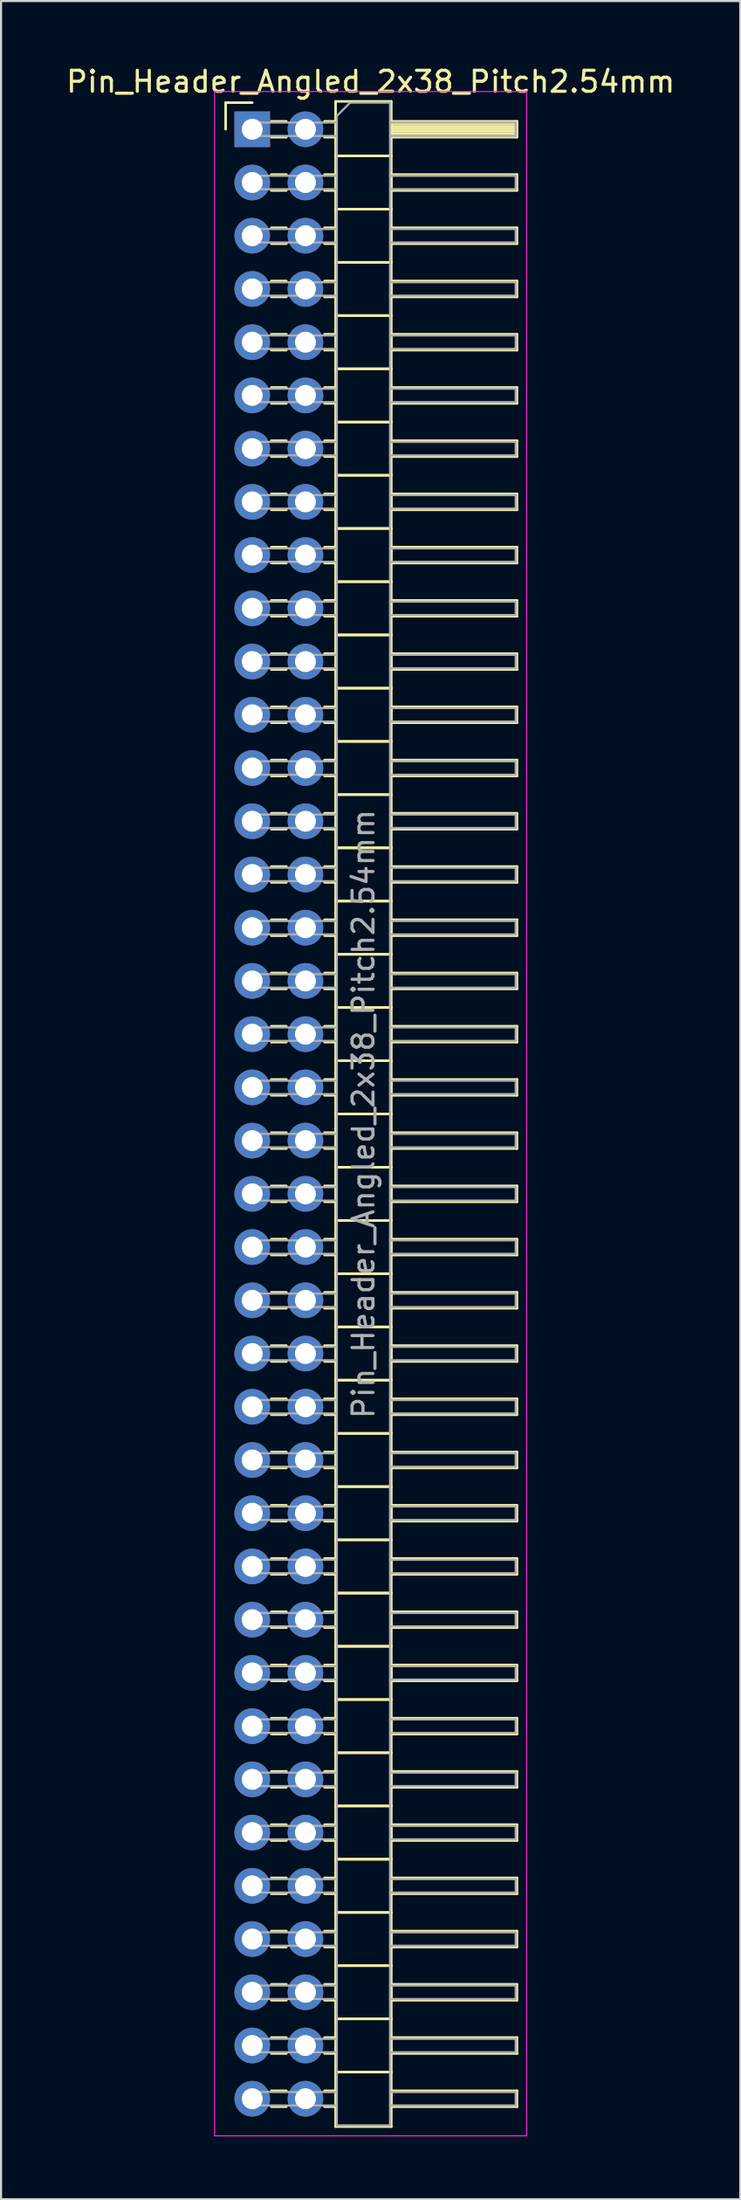
<source format=kicad_pcb>
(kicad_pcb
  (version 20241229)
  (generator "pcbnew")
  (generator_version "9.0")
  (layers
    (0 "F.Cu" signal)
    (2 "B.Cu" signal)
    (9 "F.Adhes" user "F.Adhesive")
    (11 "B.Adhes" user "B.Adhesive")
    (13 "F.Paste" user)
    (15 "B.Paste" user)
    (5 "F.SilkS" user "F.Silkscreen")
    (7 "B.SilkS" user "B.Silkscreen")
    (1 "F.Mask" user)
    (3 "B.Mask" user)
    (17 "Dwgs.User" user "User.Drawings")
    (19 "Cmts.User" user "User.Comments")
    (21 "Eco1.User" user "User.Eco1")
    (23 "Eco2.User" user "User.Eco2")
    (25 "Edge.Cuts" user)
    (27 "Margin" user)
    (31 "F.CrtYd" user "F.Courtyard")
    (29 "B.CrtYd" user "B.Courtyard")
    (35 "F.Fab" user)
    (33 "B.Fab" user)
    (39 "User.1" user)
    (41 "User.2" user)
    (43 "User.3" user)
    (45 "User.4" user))
  (footprint "Pin_Header_Angled_2x38_Pitch2.54mm"
    (layer "F.Cu")
    (at 8.994 3.118)
    (property "Reference" "Pin_Header_Angled_2x38_Pitch2.54mm" (at 5.655 -2.27 0) (layer "F.SilkS") (effects (font (size 1 1) (thickness 0.15))))
    (attr through_hole)
    (fp_line (start -1.27 -1.27) (end 0 -1.27) (stroke (width 0.12) (type solid)) (layer "F.SilkS"))
    (fp_line (start -1.27 0) (end -1.27 -1.27) (stroke (width 0.12) (type solid)) (layer "F.SilkS"))
    (fp_line (start 0.91 -0.38) (end 1.63 -0.38) (stroke (width 0.12) (type solid)) (layer "F.SilkS"))
    (fp_line (start 0.91 0.38) (end 1.63 0.38) (stroke (width 0.12) (type solid)) (layer "F.SilkS"))
    (fp_line (start 0.91 2.16) (end 1.63 2.16) (stroke (width 0.12) (type solid)) (layer "F.SilkS"))
    (fp_line (start 0.91 2.92) (end 1.63 2.92) (stroke (width 0.12) (type solid)) (layer "F.SilkS"))
    (fp_line (start 0.91 4.7) (end 1.63 4.7) (stroke (width 0.12) (type solid)) (layer "F.SilkS"))
    (fp_line (start 0.91 5.46) (end 1.63 5.46) (stroke (width 0.12) (type solid)) (layer "F.SilkS"))
    (fp_line (start 0.91 7.24) (end 1.63 7.24) (stroke (width 0.12) (type solid)) (layer "F.SilkS"))
    (fp_line (start 0.91 8) (end 1.63 8) (stroke (width 0.12) (type solid)) (layer "F.SilkS"))
    (fp_line (start 0.91 9.78) (end 1.63 9.78) (stroke (width 0.12) (type solid)) (layer "F.SilkS"))
    (fp_line (start 0.91 10.54) (end 1.63 10.54) (stroke (width 0.12) (type solid)) (layer "F.SilkS"))
    (fp_line (start 0.91 12.32) (end 1.63 12.32) (stroke (width 0.12) (type solid)) (layer "F.SilkS"))
    (fp_line (start 0.91 13.08) (end 1.63 13.08) (stroke (width 0.12) (type solid)) (layer "F.SilkS"))
    (fp_line (start 0.91 14.86) (end 1.63 14.86) (stroke (width 0.12) (type solid)) (layer "F.SilkS"))
    (fp_line (start 0.91 15.62) (end 1.63 15.62) (stroke (width 0.12) (type solid)) (layer "F.SilkS"))
    (fp_line (start 0.91 17.4) (end 1.63 17.4) (stroke (width 0.12) (type solid)) (layer "F.SilkS"))
    (fp_line (start 0.91 18.16) (end 1.63 18.16) (stroke (width 0.12) (type solid)) (layer "F.SilkS"))
    (fp_line (start 0.91 19.94) (end 1.63 19.94) (stroke (width 0.12) (type solid)) (layer "F.SilkS"))
    (fp_line (start 0.91 20.7) (end 1.63 20.7) (stroke (width 0.12) (type solid)) (layer "F.SilkS"))
    (fp_line (start 0.91 22.48) (end 1.63 22.48) (stroke (width 0.12) (type solid)) (layer "F.SilkS"))
    (fp_line (start 0.91 23.24) (end 1.63 23.24) (stroke (width 0.12) (type solid)) (layer "F.SilkS"))
    (fp_line (start 0.91 25.02) (end 1.63 25.02) (stroke (width 0.12) (type solid)) (layer "F.SilkS"))
    (fp_line (start 0.91 25.78) (end 1.63 25.78) (stroke (width 0.12) (type solid)) (layer "F.SilkS"))
    (fp_line (start 0.91 27.56) (end 1.63 27.56) (stroke (width 0.12) (type solid)) (layer "F.SilkS"))
    (fp_line (start 0.91 28.32) (end 1.63 28.32) (stroke (width 0.12) (type solid)) (layer "F.SilkS"))
    (fp_line (start 0.91 30.1) (end 1.63 30.1) (stroke (width 0.12) (type solid)) (layer "F.SilkS"))
    (fp_line (start 0.91 30.86) (end 1.63 30.86) (stroke (width 0.12) (type solid)) (layer "F.SilkS"))
    (fp_line (start 0.91 32.64) (end 1.63 32.64) (stroke (width 0.12) (type solid)) (layer "F.SilkS"))
    (fp_line (start 0.91 33.4) (end 1.63 33.4) (stroke (width 0.12) (type solid)) (layer "F.SilkS"))
    (fp_line (start 0.91 35.18) (end 1.63 35.18) (stroke (width 0.12) (type solid)) (layer "F.SilkS"))
    (fp_line (start 0.91 35.94) (end 1.63 35.94) (stroke (width 0.12) (type solid)) (layer "F.SilkS"))
    (fp_line (start 0.91 37.72) (end 1.63 37.72) (stroke (width 0.12) (type solid)) (layer "F.SilkS"))
    (fp_line (start 0.91 38.48) (end 1.63 38.48) (stroke (width 0.12) (type solid)) (layer "F.SilkS"))
    (fp_line (start 0.91 40.26) (end 1.63 40.26) (stroke (width 0.12) (type solid)) (layer "F.SilkS"))
    (fp_line (start 0.91 41.02) (end 1.63 41.02) (stroke (width 0.12) (type solid)) (layer "F.SilkS"))
    (fp_line (start 0.91 42.8) (end 1.63 42.8) (stroke (width 0.12) (type solid)) (layer "F.SilkS"))
    (fp_line (start 0.91 43.56) (end 1.63 43.56) (stroke (width 0.12) (type solid)) (layer "F.SilkS"))
    (fp_line (start 0.91 45.34) (end 1.63 45.34) (stroke (width 0.12) (type solid)) (layer "F.SilkS"))
    (fp_line (start 0.91 46.1) (end 1.63 46.1) (stroke (width 0.12) (type solid)) (layer "F.SilkS"))
    (fp_line (start 0.91 47.88) (end 1.63 47.88) (stroke (width 0.12) (type solid)) (layer "F.SilkS"))
    (fp_line (start 0.91 48.64) (end 1.63 48.64) (stroke (width 0.12) (type solid)) (layer "F.SilkS"))
    (fp_line (start 0.91 50.42) (end 1.63 50.42) (stroke (width 0.12) (type solid)) (layer "F.SilkS"))
    (fp_line (start 0.91 51.18) (end 1.63 51.18) (stroke (width 0.12) (type solid)) (layer "F.SilkS"))
    (fp_line (start 0.91 52.96) (end 1.63 52.96) (stroke (width 0.12) (type solid)) (layer "F.SilkS"))
    (fp_line (start 0.91 53.72) (end 1.63 53.72) (stroke (width 0.12) (type solid)) (layer "F.SilkS"))
    (fp_line (start 0.91 55.5) (end 1.63 55.5) (stroke (width 0.12) (type solid)) (layer "F.SilkS"))
    (fp_line (start 0.91 56.26) (end 1.63 56.26) (stroke (width 0.12) (type solid)) (layer "F.SilkS"))
    (fp_line (start 0.91 58.04) (end 1.63 58.04) (stroke (width 0.12) (type solid)) (layer "F.SilkS"))
    (fp_line (start 0.91 58.8) (end 1.63 58.8) (stroke (width 0.12) (type solid)) (layer "F.SilkS"))
    (fp_line (start 0.91 60.58) (end 1.63 60.58) (stroke (width 0.12) (type solid)) (layer "F.SilkS"))
    (fp_line (start 0.91 61.34) (end 1.63 61.34) (stroke (width 0.12) (type solid)) (layer "F.SilkS"))
    (fp_line (start 0.91 63.12) (end 1.63 63.12) (stroke (width 0.12) (type solid)) (layer "F.SilkS"))
    (fp_line (start 0.91 63.88) (end 1.63 63.88) (stroke (width 0.12) (type solid)) (layer "F.SilkS"))
    (fp_line (start 0.91 65.66) (end 1.63 65.66) (stroke (width 0.12) (type solid)) (layer "F.SilkS"))
    (fp_line (start 0.91 66.42) (end 1.63 66.42) (stroke (width 0.12) (type solid)) (layer "F.SilkS"))
    (fp_line (start 0.91 68.2) (end 1.63 68.2) (stroke (width 0.12) (type solid)) (layer "F.SilkS"))
    (fp_line (start 0.91 68.96) (end 1.63 68.96) (stroke (width 0.12) (type solid)) (layer "F.SilkS"))
    (fp_line (start 0.91 70.74) (end 1.63 70.74) (stroke (width 0.12) (type solid)) (layer "F.SilkS"))
    (fp_line (start 0.91 71.5) (end 1.63 71.5) (stroke (width 0.12) (type solid)) (layer "F.SilkS"))
    (fp_line (start 0.91 73.28) (end 1.63 73.28) (stroke (width 0.12) (type solid)) (layer "F.SilkS"))
    (fp_line (start 0.91 74.04) (end 1.63 74.04) (stroke (width 0.12) (type solid)) (layer "F.SilkS"))
    (fp_line (start 0.91 75.82) (end 1.63 75.82) (stroke (width 0.12) (type solid)) (layer "F.SilkS"))
    (fp_line (start 0.91 76.58) (end 1.63 76.58) (stroke (width 0.12) (type solid)) (layer "F.SilkS"))
    (fp_line (start 0.91 78.36) (end 1.63 78.36) (stroke (width 0.12) (type solid)) (layer "F.SilkS"))
    (fp_line (start 0.91 79.12) (end 1.63 79.12) (stroke (width 0.12) (type solid)) (layer "F.SilkS"))
    (fp_line (start 0.91 80.9) (end 1.63 80.9) (stroke (width 0.12) (type solid)) (layer "F.SilkS"))
    (fp_line (start 0.91 81.66) (end 1.63 81.66) (stroke (width 0.12) (type solid)) (layer "F.SilkS"))
    (fp_line (start 0.91 83.44) (end 1.63 83.44) (stroke (width 0.12) (type solid)) (layer "F.SilkS"))
    (fp_line (start 0.91 84.2) (end 1.63 84.2) (stroke (width 0.12) (type solid)) (layer "F.SilkS"))
    (fp_line (start 0.91 85.98) (end 1.63 85.98) (stroke (width 0.12) (type solid)) (layer "F.SilkS"))
    (fp_line (start 0.91 86.74) (end 1.63 86.74) (stroke (width 0.12) (type solid)) (layer "F.SilkS"))
    (fp_line (start 0.91 88.52) (end 1.63 88.52) (stroke (width 0.12) (type solid)) (layer "F.SilkS"))
    (fp_line (start 0.91 89.28) (end 1.63 89.28) (stroke (width 0.12) (type solid)) (layer "F.SilkS"))
    (fp_line (start 0.91 91.06) (end 1.63 91.06) (stroke (width 0.12) (type solid)) (layer "F.SilkS"))
    (fp_line (start 0.91 91.82) (end 1.63 91.82) (stroke (width 0.12) (type solid)) (layer "F.SilkS"))
    (fp_line (start 0.91 93.6) (end 1.63 93.6) (stroke (width 0.12) (type solid)) (layer "F.SilkS"))
    (fp_line (start 0.91 94.36) (end 1.63 94.36) (stroke (width 0.12) (type solid)) (layer "F.SilkS"))
    (fp_line (start 3.45 -0.38) (end 3.98 -0.38) (stroke (width 0.12) (type solid)) (layer "F.SilkS"))
    (fp_line (start 3.45 0.38) (end 3.98 0.38) (stroke (width 0.12) (type solid)) (layer "F.SilkS"))
    (fp_line (start 3.45 2.16) (end 3.98 2.16) (stroke (width 0.12) (type solid)) (layer "F.SilkS"))
    (fp_line (start 3.45 2.92) (end 3.98 2.92) (stroke (width 0.12) (type solid)) (layer "F.SilkS"))
    (fp_line (start 3.45 4.7) (end 3.98 4.7) (stroke (width 0.12) (type solid)) (layer "F.SilkS"))
    (fp_line (start 3.45 5.46) (end 3.98 5.46) (stroke (width 0.12) (type solid)) (layer "F.SilkS"))
    (fp_line (start 3.45 7.24) (end 3.98 7.24) (stroke (width 0.12) (type solid)) (layer "F.SilkS"))
    (fp_line (start 3.45 8) (end 3.98 8) (stroke (width 0.12) (type solid)) (layer "F.SilkS"))
    (fp_line (start 3.45 9.78) (end 3.98 9.78) (stroke (width 0.12) (type solid)) (layer "F.SilkS"))
    (fp_line (start 3.45 10.54) (end 3.98 10.54) (stroke (width 0.12) (type solid)) (layer "F.SilkS"))
    (fp_line (start 3.45 12.32) (end 3.98 12.32) (stroke (width 0.12) (type solid)) (layer "F.SilkS"))
    (fp_line (start 3.45 13.08) (end 3.98 13.08) (stroke (width 0.12) (type solid)) (layer "F.SilkS"))
    (fp_line (start 3.45 14.86) (end 3.98 14.86) (stroke (width 0.12) (type solid)) (layer "F.SilkS"))
    (fp_line (start 3.45 15.62) (end 3.98 15.62) (stroke (width 0.12) (type solid)) (layer "F.SilkS"))
    (fp_line (start 3.45 17.4) (end 3.98 17.4) (stroke (width 0.12) (type solid)) (layer "F.SilkS"))
    (fp_line (start 3.45 18.16) (end 3.98 18.16) (stroke (width 0.12) (type solid)) (layer "F.SilkS"))
    (fp_line (start 3.45 19.94) (end 3.98 19.94) (stroke (width 0.12) (type solid)) (layer "F.SilkS"))
    (fp_line (start 3.45 20.7) (end 3.98 20.7) (stroke (width 0.12) (type solid)) (layer "F.SilkS"))
    (fp_line (start 3.45 22.48) (end 3.98 22.48) (stroke (width 0.12) (type solid)) (layer "F.SilkS"))
    (fp_line (start 3.45 23.24) (end 3.98 23.24) (stroke (width 0.12) (type solid)) (layer "F.SilkS"))
    (fp_line (start 3.45 25.02) (end 3.98 25.02) (stroke (width 0.12) (type solid)) (layer "F.SilkS"))
    (fp_line (start 3.45 25.78) (end 3.98 25.78) (stroke (width 0.12) (type solid)) (layer "F.SilkS"))
    (fp_line (start 3.45 27.56) (end 3.98 27.56) (stroke (width 0.12) (type solid)) (layer "F.SilkS"))
    (fp_line (start 3.45 28.32) (end 3.98 28.32) (stroke (width 0.12) (type solid)) (layer "F.SilkS"))
    (fp_line (start 3.45 30.1) (end 3.98 30.1) (stroke (width 0.12) (type solid)) (layer "F.SilkS"))
    (fp_line (start 3.45 30.86) (end 3.98 30.86) (stroke (width 0.12) (type solid)) (layer "F.SilkS"))
    (fp_line (start 3.45 32.64) (end 3.98 32.64) (stroke (width 0.12) (type solid)) (layer "F.SilkS"))
    (fp_line (start 3.45 33.4) (end 3.98 33.4) (stroke (width 0.12) (type solid)) (layer "F.SilkS"))
    (fp_line (start 3.45 35.18) (end 3.98 35.18) (stroke (width 0.12) (type solid)) (layer "F.SilkS"))
    (fp_line (start 3.45 35.94) (end 3.98 35.94) (stroke (width 0.12) (type solid)) (layer "F.SilkS"))
    (fp_line (start 3.45 37.72) (end 3.98 37.72) (stroke (width 0.12) (type solid)) (layer "F.SilkS"))
    (fp_line (start 3.45 38.48) (end 3.98 38.48) (stroke (width 0.12) (type solid)) (layer "F.SilkS"))
    (fp_line (start 3.45 40.26) (end 3.98 40.26) (stroke (width 0.12) (type solid)) (layer "F.SilkS"))
    (fp_line (start 3.45 41.02) (end 3.98 41.02) (stroke (width 0.12) (type solid)) (layer "F.SilkS"))
    (fp_line (start 3.45 42.8) (end 3.98 42.8) (stroke (width 0.12) (type solid)) (layer "F.SilkS"))
    (fp_line (start 3.45 43.56) (end 3.98 43.56) (stroke (width 0.12) (type solid)) (layer "F.SilkS"))
    (fp_line (start 3.45 45.34) (end 3.98 45.34) (stroke (width 0.12) (type solid)) (layer "F.SilkS"))
    (fp_line (start 3.45 46.1) (end 3.98 46.1) (stroke (width 0.12) (type solid)) (layer "F.SilkS"))
    (fp_line (start 3.45 47.88) (end 3.98 47.88) (stroke (width 0.12) (type solid)) (layer "F.SilkS"))
    (fp_line (start 3.45 48.64) (end 3.98 48.64) (stroke (width 0.12) (type solid)) (layer "F.SilkS"))
    (fp_line (start 3.45 50.42) (end 3.98 50.42) (stroke (width 0.12) (type solid)) (layer "F.SilkS"))
    (fp_line (start 3.45 51.18) (end 3.98 51.18) (stroke (width 0.12) (type solid)) (layer "F.SilkS"))
    (fp_line (start 3.45 52.96) (end 3.98 52.96) (stroke (width 0.12) (type solid)) (layer "F.SilkS"))
    (fp_line (start 3.45 53.72) (end 3.98 53.72) (stroke (width 0.12) (type solid)) (layer "F.SilkS"))
    (fp_line (start 3.45 55.5) (end 3.98 55.5) (stroke (width 0.12) (type solid)) (layer "F.SilkS"))
    (fp_line (start 3.45 56.26) (end 3.98 56.26) (stroke (width 0.12) (type solid)) (layer "F.SilkS"))
    (fp_line (start 3.45 58.04) (end 3.98 58.04) (stroke (width 0.12) (type solid)) (layer "F.SilkS"))
    (fp_line (start 3.45 58.8) (end 3.98 58.8) (stroke (width 0.12) (type solid)) (layer "F.SilkS"))
    (fp_line (start 3.45 60.58) (end 3.98 60.58) (stroke (width 0.12) (type solid)) (layer "F.SilkS"))
    (fp_line (start 3.45 61.34) (end 3.98 61.34) (stroke (width 0.12) (type solid)) (layer "F.SilkS"))
    (fp_line (start 3.45 63.12) (end 3.98 63.12) (stroke (width 0.12) (type solid)) (layer "F.SilkS"))
    (fp_line (start 3.45 63.88) (end 3.98 63.88) (stroke (width 0.12) (type solid)) (layer "F.SilkS"))
    (fp_line (start 3.45 65.66) (end 3.98 65.66) (stroke (width 0.12) (type solid)) (layer "F.SilkS"))
    (fp_line (start 3.45 66.42) (end 3.98 66.42) (stroke (width 0.12) (type solid)) (layer "F.SilkS"))
    (fp_line (start 3.45 68.2) (end 3.98 68.2) (stroke (width 0.12) (type solid)) (layer "F.SilkS"))
    (fp_line (start 3.45 68.96) (end 3.98 68.96) (stroke (width 0.12) (type solid)) (layer "F.SilkS"))
    (fp_line (start 3.45 70.74) (end 3.98 70.74) (stroke (width 0.12) (type solid)) (layer "F.SilkS"))
    (fp_line (start 3.45 71.5) (end 3.98 71.5) (stroke (width 0.12) (type solid)) (layer "F.SilkS"))
    (fp_line (start 3.45 73.28) (end 3.98 73.28) (stroke (width 0.12) (type solid)) (layer "F.SilkS"))
    (fp_line (start 3.45 74.04) (end 3.98 74.04) (stroke (width 0.12) (type solid)) (layer "F.SilkS"))
    (fp_line (start 3.45 75.82) (end 3.98 75.82) (stroke (width 0.12) (type solid)) (layer "F.SilkS"))
    (fp_line (start 3.45 76.58) (end 3.98 76.58) (stroke (width 0.12) (type solid)) (layer "F.SilkS"))
    (fp_line (start 3.45 78.36) (end 3.98 78.36) (stroke (width 0.12) (type solid)) (layer "F.SilkS"))
    (fp_line (start 3.45 79.12) (end 3.98 79.12) (stroke (width 0.12) (type solid)) (layer "F.SilkS"))
    (fp_line (start 3.45 80.9) (end 3.98 80.9) (stroke (width 0.12) (type solid)) (layer "F.SilkS"))
    (fp_line (start 3.45 81.66) (end 3.98 81.66) (stroke (width 0.12) (type solid)) (layer "F.SilkS"))
    (fp_line (start 3.45 83.44) (end 3.98 83.44) (stroke (width 0.12) (type solid)) (layer "F.SilkS"))
    (fp_line (start 3.45 84.2) (end 3.98 84.2) (stroke (width 0.12) (type solid)) (layer "F.SilkS"))
    (fp_line (start 3.45 85.98) (end 3.98 85.98) (stroke (width 0.12) (type solid)) (layer "F.SilkS"))
    (fp_line (start 3.45 86.74) (end 3.98 86.74) (stroke (width 0.12) (type solid)) (layer "F.SilkS"))
    (fp_line (start 3.45 88.52) (end 3.98 88.52) (stroke (width 0.12) (type solid)) (layer "F.SilkS"))
    (fp_line (start 3.45 89.28) (end 3.98 89.28) (stroke (width 0.12) (type solid)) (layer "F.SilkS"))
    (fp_line (start 3.45 91.06) (end 3.98 91.06) (stroke (width 0.12) (type solid)) (layer "F.SilkS"))
    (fp_line (start 3.45 91.82) (end 3.98 91.82) (stroke (width 0.12) (type solid)) (layer "F.SilkS"))
    (fp_line (start 3.45 93.6) (end 3.98 93.6) (stroke (width 0.12) (type solid)) (layer "F.SilkS"))
    (fp_line (start 3.45 94.36) (end 3.98 94.36) (stroke (width 0.12) (type solid)) (layer "F.SilkS"))
    (fp_line (start 3.98 -1.33) (end 3.98 1.27) (stroke (width 0.12) (type solid)) (layer "F.SilkS"))
    (fp_line (start 3.98 1.27) (end 3.98 3.81) (stroke (width 0.12) (type solid)) (layer "F.SilkS"))
    (fp_line (start 3.98 1.27) (end 6.64 1.27) (stroke (width 0.12) (type solid)) (layer "F.SilkS"))
    (fp_line (start 3.98 3.81) (end 3.98 6.35) (stroke (width 0.12) (type solid)) (layer "F.SilkS"))
    (fp_line (start 3.98 3.81) (end 6.64 3.81) (stroke (width 0.12) (type solid)) (layer "F.SilkS"))
    (fp_line (start 3.98 6.35) (end 3.98 8.89) (stroke (width 0.12) (type solid)) (layer "F.SilkS"))
    (fp_line (start 3.98 6.35) (end 6.64 6.35) (stroke (width 0.12) (type solid)) (layer "F.SilkS"))
    (fp_line (start 3.98 8.89) (end 3.98 11.43) (stroke (width 0.12) (type solid)) (layer "F.SilkS"))
    (fp_line (start 3.98 8.89) (end 6.64 8.89) (stroke (width 0.12) (type solid)) (layer "F.SilkS"))
    (fp_line (start 3.98 11.43) (end 3.98 13.97) (stroke (width 0.12) (type solid)) (layer "F.SilkS"))
    (fp_line (start 3.98 11.43) (end 6.64 11.43) (stroke (width 0.12) (type solid)) (layer "F.SilkS"))
    (fp_line (start 3.98 13.97) (end 3.98 16.51) (stroke (width 0.12) (type solid)) (layer "F.SilkS"))
    (fp_line (start 3.98 13.97) (end 6.64 13.97) (stroke (width 0.12) (type solid)) (layer "F.SilkS"))
    (fp_line (start 3.98 16.51) (end 3.98 19.05) (stroke (width 0.12) (type solid)) (layer "F.SilkS"))
    (fp_line (start 3.98 16.51) (end 6.64 16.51) (stroke (width 0.12) (type solid)) (layer "F.SilkS"))
    (fp_line (start 3.98 19.05) (end 3.98 21.59) (stroke (width 0.12) (type solid)) (layer "F.SilkS"))
    (fp_line (start 3.98 19.05) (end 6.64 19.05) (stroke (width 0.12) (type solid)) (layer "F.SilkS"))
    (fp_line (start 3.98 21.59) (end 3.98 24.13) (stroke (width 0.12) (type solid)) (layer "F.SilkS"))
    (fp_line (start 3.98 21.59) (end 6.64 21.59) (stroke (width 0.12) (type solid)) (layer "F.SilkS"))
    (fp_line (start 3.98 24.13) (end 3.98 26.67) (stroke (width 0.12) (type solid)) (layer "F.SilkS"))
    (fp_line (start 3.98 24.13) (end 6.64 24.13) (stroke (width 0.12) (type solid)) (layer "F.SilkS"))
    (fp_line (start 3.98 26.67) (end 3.98 29.21) (stroke (width 0.12) (type solid)) (layer "F.SilkS"))
    (fp_line (start 3.98 26.67) (end 6.64 26.67) (stroke (width 0.12) (type solid)) (layer "F.SilkS"))
    (fp_line (start 3.98 29.21) (end 3.98 31.75) (stroke (width 0.12) (type solid)) (layer "F.SilkS"))
    (fp_line (start 3.98 29.21) (end 6.64 29.21) (stroke (width 0.12) (type solid)) (layer "F.SilkS"))
    (fp_line (start 3.98 31.75) (end 3.98 34.29) (stroke (width 0.12) (type solid)) (layer "F.SilkS"))
    (fp_line (start 3.98 31.75) (end 6.64 31.75) (stroke (width 0.12) (type solid)) (layer "F.SilkS"))
    (fp_line (start 3.98 34.29) (end 3.98 36.83) (stroke (width 0.12) (type solid)) (layer "F.SilkS"))
    (fp_line (start 3.98 34.29) (end 6.64 34.29) (stroke (width 0.12) (type solid)) (layer "F.SilkS"))
    (fp_line (start 3.98 36.83) (end 3.98 39.37) (stroke (width 0.12) (type solid)) (layer "F.SilkS"))
    (fp_line (start 3.98 36.83) (end 6.64 36.83) (stroke (width 0.12) (type solid)) (layer "F.SilkS"))
    (fp_line (start 3.98 39.37) (end 3.98 41.91) (stroke (width 0.12) (type solid)) (layer "F.SilkS"))
    (fp_line (start 3.98 39.37) (end 6.64 39.37) (stroke (width 0.12) (type solid)) (layer "F.SilkS"))
    (fp_line (start 3.98 41.91) (end 3.98 44.45) (stroke (width 0.12) (type solid)) (layer "F.SilkS"))
    (fp_line (start 3.98 41.91) (end 6.64 41.91) (stroke (width 0.12) (type solid)) (layer "F.SilkS"))
    (fp_line (start 3.98 44.45) (end 3.98 46.99) (stroke (width 0.12) (type solid)) (layer "F.SilkS"))
    (fp_line (start 3.98 44.45) (end 6.64 44.45) (stroke (width 0.12) (type solid)) (layer "F.SilkS"))
    (fp_line (start 3.98 46.99) (end 3.98 49.53) (stroke (width 0.12) (type solid)) (layer "F.SilkS"))
    (fp_line (start 3.98 46.99) (end 6.64 46.99) (stroke (width 0.12) (type solid)) (layer "F.SilkS"))
    (fp_line (start 3.98 49.53) (end 3.98 52.07) (stroke (width 0.12) (type solid)) (layer "F.SilkS"))
    (fp_line (start 3.98 49.53) (end 6.64 49.53) (stroke (width 0.12) (type solid)) (layer "F.SilkS"))
    (fp_line (start 3.98 52.07) (end 3.98 54.61) (stroke (width 0.12) (type solid)) (layer "F.SilkS"))
    (fp_line (start 3.98 52.07) (end 6.64 52.07) (stroke (width 0.12) (type solid)) (layer "F.SilkS"))
    (fp_line (start 3.98 54.61) (end 3.98 57.15) (stroke (width 0.12) (type solid)) (layer "F.SilkS"))
    (fp_line (start 3.98 54.61) (end 6.64 54.61) (stroke (width 0.12) (type solid)) (layer "F.SilkS"))
    (fp_line (start 3.98 57.15) (end 3.98 59.69) (stroke (width 0.12) (type solid)) (layer "F.SilkS"))
    (fp_line (start 3.98 57.15) (end 6.64 57.15) (stroke (width 0.12) (type solid)) (layer "F.SilkS"))
    (fp_line (start 3.98 59.69) (end 3.98 62.23) (stroke (width 0.12) (type solid)) (layer "F.SilkS"))
    (fp_line (start 3.98 59.69) (end 6.64 59.69) (stroke (width 0.12) (type solid)) (layer "F.SilkS"))
    (fp_line (start 3.98 62.23) (end 3.98 64.77) (stroke (width 0.12) (type solid)) (layer "F.SilkS"))
    (fp_line (start 3.98 62.23) (end 6.64 62.23) (stroke (width 0.12) (type solid)) (layer "F.SilkS"))
    (fp_line (start 3.98 64.77) (end 3.98 67.31) (stroke (width 0.12) (type solid)) (layer "F.SilkS"))
    (fp_line (start 3.98 64.77) (end 6.64 64.77) (stroke (width 0.12) (type solid)) (layer "F.SilkS"))
    (fp_line (start 3.98 67.31) (end 3.98 69.85) (stroke (width 0.12) (type solid)) (layer "F.SilkS"))
    (fp_line (start 3.98 67.31) (end 6.64 67.31) (stroke (width 0.12) (type solid)) (layer "F.SilkS"))
    (fp_line (start 3.98 69.85) (end 3.98 72.39) (stroke (width 0.12) (type solid)) (layer "F.SilkS"))
    (fp_line (start 3.98 69.85) (end 6.64 69.85) (stroke (width 0.12) (type solid)) (layer "F.SilkS"))
    (fp_line (start 3.98 72.39) (end 3.98 74.93) (stroke (width 0.12) (type solid)) (layer "F.SilkS"))
    (fp_line (start 3.98 72.39) (end 6.64 72.39) (stroke (width 0.12) (type solid)) (layer "F.SilkS"))
    (fp_line (start 3.98 74.93) (end 3.98 77.47) (stroke (width 0.12) (type solid)) (layer "F.SilkS"))
    (fp_line (start 3.98 74.93) (end 6.64 74.93) (stroke (width 0.12) (type solid)) (layer "F.SilkS"))
    (fp_line (start 3.98 77.47) (end 3.98 80.01) (stroke (width 0.12) (type solid)) (layer "F.SilkS"))
    (fp_line (start 3.98 77.47) (end 6.64 77.47) (stroke (width 0.12) (type solid)) (layer "F.SilkS"))
    (fp_line (start 3.98 80.01) (end 3.98 82.55) (stroke (width 0.12) (type solid)) (layer "F.SilkS"))
    (fp_line (start 3.98 80.01) (end 6.64 80.01) (stroke (width 0.12) (type solid)) (layer "F.SilkS"))
    (fp_line (start 3.98 82.55) (end 3.98 85.09) (stroke (width 0.12) (type solid)) (layer "F.SilkS"))
    (fp_line (start 3.98 82.55) (end 6.64 82.55) (stroke (width 0.12) (type solid)) (layer "F.SilkS"))
    (fp_line (start 3.98 85.09) (end 3.98 87.63) (stroke (width 0.12) (type solid)) (layer "F.SilkS"))
    (fp_line (start 3.98 85.09) (end 6.64 85.09) (stroke (width 0.12) (type solid)) (layer "F.SilkS"))
    (fp_line (start 3.98 87.63) (end 3.98 90.17) (stroke (width 0.12) (type solid)) (layer "F.SilkS"))
    (fp_line (start 3.98 87.63) (end 6.64 87.63) (stroke (width 0.12) (type solid)) (layer "F.SilkS"))
    (fp_line (start 3.98 90.17) (end 3.98 92.71) (stroke (width 0.12) (type solid)) (layer "F.SilkS"))
    (fp_line (start 3.98 90.17) (end 6.64 90.17) (stroke (width 0.12) (type solid)) (layer "F.SilkS"))
    (fp_line (start 3.98 92.71) (end 3.98 95.31) (stroke (width 0.12) (type solid)) (layer "F.SilkS"))
    (fp_line (start 3.98 92.71) (end 6.64 92.71) (stroke (width 0.12) (type solid)) (layer "F.SilkS"))
    (fp_line (start 3.98 95.31) (end 6.64 95.31) (stroke (width 0.12) (type solid)) (layer "F.SilkS"))
    (fp_line (start 6.64 -1.33) (end 3.98 -1.33) (stroke (width 0.12) (type solid)) (layer "F.SilkS"))
    (fp_line (start 6.64 -0.38) (end 6.64 0.38) (stroke (width 0.12) (type solid)) (layer "F.SilkS"))
    (fp_line (start 6.64 -0.26) (end 12.64 -0.26) (stroke (width 0.12) (type solid)) (layer "F.SilkS"))
    (fp_line (start 6.64 -0.14) (end 12.64 -0.14) (stroke (width 0.12) (type solid)) (layer "F.SilkS"))
    (fp_line (start 6.64 -0.02) (end 12.64 -0.02) (stroke (width 0.12) (type solid)) (layer "F.SilkS"))
    (fp_line (start 6.64 0.1) (end 12.64 0.1) (stroke (width 0.12) (type solid)) (layer "F.SilkS"))
    (fp_line (start 6.64 0.22) (end 12.64 0.22) (stroke (width 0.12) (type solid)) (layer "F.SilkS"))
    (fp_line (start 6.64 0.34) (end 12.64 0.34) (stroke (width 0.12) (type solid)) (layer "F.SilkS"))
    (fp_line (start 6.64 0.38) (end 12.64 0.38) (stroke (width 0.12) (type solid)) (layer "F.SilkS"))
    (fp_line (start 6.64 1.27) (end 3.98 1.27) (stroke (width 0.12) (type solid)) (layer "F.SilkS"))
    (fp_line (start 6.64 1.27) (end 6.64 -1.33) (stroke (width 0.12) (type solid)) (layer "F.SilkS"))
    (fp_line (start 6.64 2.16) (end 6.64 2.92) (stroke (width 0.12) (type solid)) (layer "F.SilkS"))
    (fp_line (start 6.64 2.92) (end 12.64 2.92) (stroke (width 0.12) (type solid)) (layer "F.SilkS"))
    (fp_line (start 6.64 3.81) (end 3.98 3.81) (stroke (width 0.12) (type solid)) (layer "F.SilkS"))
    (fp_line (start 6.64 3.81) (end 6.64 1.27) (stroke (width 0.12) (type solid)) (layer "F.SilkS"))
    (fp_line (start 6.64 4.7) (end 6.64 5.46) (stroke (width 0.12) (type solid)) (layer "F.SilkS"))
    (fp_line (start 6.64 5.46) (end 12.64 5.46) (stroke (width 0.12) (type solid)) (layer "F.SilkS"))
    (fp_line (start 6.64 6.35) (end 3.98 6.35) (stroke (width 0.12) (type solid)) (layer "F.SilkS"))
    (fp_line (start 6.64 6.35) (end 6.64 3.81) (stroke (width 0.12) (type solid)) (layer "F.SilkS"))
    (fp_line (start 6.64 7.24) (end 6.64 8) (stroke (width 0.12) (type solid)) (layer "F.SilkS"))
    (fp_line (start 6.64 8) (end 12.64 8) (stroke (width 0.12) (type solid)) (layer "F.SilkS"))
    (fp_line (start 6.64 8.89) (end 3.98 8.89) (stroke (width 0.12) (type solid)) (layer "F.SilkS"))
    (fp_line (start 6.64 8.89) (end 6.64 6.35) (stroke (width 0.12) (type solid)) (layer "F.SilkS"))
    (fp_line (start 6.64 9.78) (end 6.64 10.54) (stroke (width 0.12) (type solid)) (layer "F.SilkS"))
    (fp_line (start 6.64 10.54) (end 12.64 10.54) (stroke (width 0.12) (type solid)) (layer "F.SilkS"))
    (fp_line (start 6.64 11.43) (end 3.98 11.43) (stroke (width 0.12) (type solid)) (layer "F.SilkS"))
    (fp_line (start 6.64 11.43) (end 6.64 8.89) (stroke (width 0.12) (type solid)) (layer "F.SilkS"))
    (fp_line (start 6.64 12.32) (end 6.64 13.08) (stroke (width 0.12) (type solid)) (layer "F.SilkS"))
    (fp_line (start 6.64 13.08) (end 12.64 13.08) (stroke (width 0.12) (type solid)) (layer "F.SilkS"))
    (fp_line (start 6.64 13.97) (end 3.98 13.97) (stroke (width 0.12) (type solid)) (layer "F.SilkS"))
    (fp_line (start 6.64 13.97) (end 6.64 11.43) (stroke (width 0.12) (type solid)) (layer "F.SilkS"))
    (fp_line (start 6.64 14.86) (end 6.64 15.62) (stroke (width 0.12) (type solid)) (layer "F.SilkS"))
    (fp_line (start 6.64 15.62) (end 12.64 15.62) (stroke (width 0.12) (type solid)) (layer "F.SilkS"))
    (fp_line (start 6.64 16.51) (end 3.98 16.51) (stroke (width 0.12) (type solid)) (layer "F.SilkS"))
    (fp_line (start 6.64 16.51) (end 6.64 13.97) (stroke (width 0.12) (type solid)) (layer "F.SilkS"))
    (fp_line (start 6.64 17.4) (end 6.64 18.16) (stroke (width 0.12) (type solid)) (layer "F.SilkS"))
    (fp_line (start 6.64 18.16) (end 12.64 18.16) (stroke (width 0.12) (type solid)) (layer "F.SilkS"))
    (fp_line (start 6.64 19.05) (end 3.98 19.05) (stroke (width 0.12) (type solid)) (layer "F.SilkS"))
    (fp_line (start 6.64 19.05) (end 6.64 16.51) (stroke (width 0.12) (type solid)) (layer "F.SilkS"))
    (fp_line (start 6.64 19.94) (end 6.64 20.7) (stroke (width 0.12) (type solid)) (layer "F.SilkS"))
    (fp_line (start 6.64 20.7) (end 12.64 20.7) (stroke (width 0.12) (type solid)) (layer "F.SilkS"))
    (fp_line (start 6.64 21.59) (end 3.98 21.59) (stroke (width 0.12) (type solid)) (layer "F.SilkS"))
    (fp_line (start 6.64 21.59) (end 6.64 19.05) (stroke (width 0.12) (type solid)) (layer "F.SilkS"))
    (fp_line (start 6.64 22.48) (end 6.64 23.24) (stroke (width 0.12) (type solid)) (layer "F.SilkS"))
    (fp_line (start 6.64 23.24) (end 12.64 23.24) (stroke (width 0.12) (type solid)) (layer "F.SilkS"))
    (fp_line (start 6.64 24.13) (end 3.98 24.13) (stroke (width 0.12) (type solid)) (layer "F.SilkS"))
    (fp_line (start 6.64 24.13) (end 6.64 21.59) (stroke (width 0.12) (type solid)) (layer "F.SilkS"))
    (fp_line (start 6.64 25.02) (end 6.64 25.78) (stroke (width 0.12) (type solid)) (layer "F.SilkS"))
    (fp_line (start 6.64 25.78) (end 12.64 25.78) (stroke (width 0.12) (type solid)) (layer "F.SilkS"))
    (fp_line (start 6.64 26.67) (end 3.98 26.67) (stroke (width 0.12) (type solid)) (layer "F.SilkS"))
    (fp_line (start 6.64 26.67) (end 6.64 24.13) (stroke (width 0.12) (type solid)) (layer "F.SilkS"))
    (fp_line (start 6.64 27.56) (end 6.64 28.32) (stroke (width 0.12) (type solid)) (layer "F.SilkS"))
    (fp_line (start 6.64 28.32) (end 12.64 28.32) (stroke (width 0.12) (type solid)) (layer "F.SilkS"))
    (fp_line (start 6.64 29.21) (end 3.98 29.21) (stroke (width 0.12) (type solid)) (layer "F.SilkS"))
    (fp_line (start 6.64 29.21) (end 6.64 26.67) (stroke (width 0.12) (type solid)) (layer "F.SilkS"))
    (fp_line (start 6.64 30.1) (end 6.64 30.86) (stroke (width 0.12) (type solid)) (layer "F.SilkS"))
    (fp_line (start 6.64 30.86) (end 12.64 30.86) (stroke (width 0.12) (type solid)) (layer "F.SilkS"))
    (fp_line (start 6.64 31.75) (end 3.98 31.75) (stroke (width 0.12) (type solid)) (layer "F.SilkS"))
    (fp_line (start 6.64 31.75) (end 6.64 29.21) (stroke (width 0.12) (type solid)) (layer "F.SilkS"))
    (fp_line (start 6.64 32.64) (end 6.64 33.4) (stroke (width 0.12) (type solid)) (layer "F.SilkS"))
    (fp_line (start 6.64 33.4) (end 12.64 33.4) (stroke (width 0.12) (type solid)) (layer "F.SilkS"))
    (fp_line (start 6.64 34.29) (end 3.98 34.29) (stroke (width 0.12) (type solid)) (layer "F.SilkS"))
    (fp_line (start 6.64 34.29) (end 6.64 31.75) (stroke (width 0.12) (type solid)) (layer "F.SilkS"))
    (fp_line (start 6.64 35.18) (end 6.64 35.94) (stroke (width 0.12) (type solid)) (layer "F.SilkS"))
    (fp_line (start 6.64 35.94) (end 12.64 35.94) (stroke (width 0.12) (type solid)) (layer "F.SilkS"))
    (fp_line (start 6.64 36.83) (end 3.98 36.83) (stroke (width 0.12) (type solid)) (layer "F.SilkS"))
    (fp_line (start 6.64 36.83) (end 6.64 34.29) (stroke (width 0.12) (type solid)) (layer "F.SilkS"))
    (fp_line (start 6.64 37.72) (end 6.64 38.48) (stroke (width 0.12) (type solid)) (layer "F.SilkS"))
    (fp_line (start 6.64 38.48) (end 12.64 38.48) (stroke (width 0.12) (type solid)) (layer "F.SilkS"))
    (fp_line (start 6.64 39.37) (end 3.98 39.37) (stroke (width 0.12) (type solid)) (layer "F.SilkS"))
    (fp_line (start 6.64 39.37) (end 6.64 36.83) (stroke (width 0.12) (type solid)) (layer "F.SilkS"))
    (fp_line (start 6.64 40.26) (end 6.64 41.02) (stroke (width 0.12) (type solid)) (layer "F.SilkS"))
    (fp_line (start 6.64 41.02) (end 12.64 41.02) (stroke (width 0.12) (type solid)) (layer "F.SilkS"))
    (fp_line (start 6.64 41.91) (end 3.98 41.91) (stroke (width 0.12) (type solid)) (layer "F.SilkS"))
    (fp_line (start 6.64 41.91) (end 6.64 39.37) (stroke (width 0.12) (type solid)) (layer "F.SilkS"))
    (fp_line (start 6.64 42.8) (end 6.64 43.56) (stroke (width 0.12) (type solid)) (layer "F.SilkS"))
    (fp_line (start 6.64 43.56) (end 12.64 43.56) (stroke (width 0.12) (type solid)) (layer "F.SilkS"))
    (fp_line (start 6.64 44.45) (end 3.98 44.45) (stroke (width 0.12) (type solid)) (layer "F.SilkS"))
    (fp_line (start 6.64 44.45) (end 6.64 41.91) (stroke (width 0.12) (type solid)) (layer "F.SilkS"))
    (fp_line (start 6.64 45.34) (end 6.64 46.1) (stroke (width 0.12) (type solid)) (layer "F.SilkS"))
    (fp_line (start 6.64 46.1) (end 12.64 46.1) (stroke (width 0.12) (type solid)) (layer "F.SilkS"))
    (fp_line (start 6.64 46.99) (end 3.98 46.99) (stroke (width 0.12) (type solid)) (layer "F.SilkS"))
    (fp_line (start 6.64 46.99) (end 6.64 44.45) (stroke (width 0.12) (type solid)) (layer "F.SilkS"))
    (fp_line (start 6.64 47.88) (end 6.64 48.64) (stroke (width 0.12) (type solid)) (layer "F.SilkS"))
    (fp_line (start 6.64 48.64) (end 12.64 48.64) (stroke (width 0.12) (type solid)) (layer "F.SilkS"))
    (fp_line (start 6.64 49.53) (end 3.98 49.53) (stroke (width 0.12) (type solid)) (layer "F.SilkS"))
    (fp_line (start 6.64 49.53) (end 6.64 46.99) (stroke (width 0.12) (type solid)) (layer "F.SilkS"))
    (fp_line (start 6.64 50.42) (end 6.64 51.18) (stroke (width 0.12) (type solid)) (layer "F.SilkS"))
    (fp_line (start 6.64 51.18) (end 12.64 51.18) (stroke (width 0.12) (type solid)) (layer "F.SilkS"))
    (fp_line (start 6.64 52.07) (end 3.98 52.07) (stroke (width 0.12) (type solid)) (layer "F.SilkS"))
    (fp_line (start 6.64 52.07) (end 6.64 49.53) (stroke (width 0.12) (type solid)) (layer "F.SilkS"))
    (fp_line (start 6.64 52.96) (end 6.64 53.72) (stroke (width 0.12) (type solid)) (layer "F.SilkS"))
    (fp_line (start 6.64 53.72) (end 12.64 53.72) (stroke (width 0.12) (type solid)) (layer "F.SilkS"))
    (fp_line (start 6.64 54.61) (end 3.98 54.61) (stroke (width 0.12) (type solid)) (layer "F.SilkS"))
    (fp_line (start 6.64 54.61) (end 6.64 52.07) (stroke (width 0.12) (type solid)) (layer "F.SilkS"))
    (fp_line (start 6.64 55.5) (end 6.64 56.26) (stroke (width 0.12) (type solid)) (layer "F.SilkS"))
    (fp_line (start 6.64 56.26) (end 12.64 56.26) (stroke (width 0.12) (type solid)) (layer "F.SilkS"))
    (fp_line (start 6.64 57.15) (end 3.98 57.15) (stroke (width 0.12) (type solid)) (layer "F.SilkS"))
    (fp_line (start 6.64 57.15) (end 6.64 54.61) (stroke (width 0.12) (type solid)) (layer "F.SilkS"))
    (fp_line (start 6.64 58.04) (end 6.64 58.8) (stroke (width 0.12) (type solid)) (layer "F.SilkS"))
    (fp_line (start 6.64 58.8) (end 12.64 58.8) (stroke (width 0.12) (type solid)) (layer "F.SilkS"))
    (fp_line (start 6.64 59.69) (end 3.98 59.69) (stroke (width 0.12) (type solid)) (layer "F.SilkS"))
    (fp_line (start 6.64 59.69) (end 6.64 57.15) (stroke (width 0.12) (type solid)) (layer "F.SilkS"))
    (fp_line (start 6.64 60.58) (end 6.64 61.34) (stroke (width 0.12) (type solid)) (layer "F.SilkS"))
    (fp_line (start 6.64 61.34) (end 12.64 61.34) (stroke (width 0.12) (type solid)) (layer "F.SilkS"))
    (fp_line (start 6.64 62.23) (end 3.98 62.23) (stroke (width 0.12) (type solid)) (layer "F.SilkS"))
    (fp_line (start 6.64 62.23) (end 6.64 59.69) (stroke (width 0.12) (type solid)) (layer "F.SilkS"))
    (fp_line (start 6.64 63.12) (end 6.64 63.88) (stroke (width 0.12) (type solid)) (layer "F.SilkS"))
    (fp_line (start 6.64 63.88) (end 12.64 63.88) (stroke (width 0.12) (type solid)) (layer "F.SilkS"))
    (fp_line (start 6.64 64.77) (end 3.98 64.77) (stroke (width 0.12) (type solid)) (layer "F.SilkS"))
    (fp_line (start 6.64 64.77) (end 6.64 62.23) (stroke (width 0.12) (type solid)) (layer "F.SilkS"))
    (fp_line (start 6.64 65.66) (end 6.64 66.42) (stroke (width 0.12) (type solid)) (layer "F.SilkS"))
    (fp_line (start 6.64 66.42) (end 12.64 66.42) (stroke (width 0.12) (type solid)) (layer "F.SilkS"))
    (fp_line (start 6.64 67.31) (end 3.98 67.31) (stroke (width 0.12) (type solid)) (layer "F.SilkS"))
    (fp_line (start 6.64 67.31) (end 6.64 64.77) (stroke (width 0.12) (type solid)) (layer "F.SilkS"))
    (fp_line (start 6.64 68.2) (end 6.64 68.96) (stroke (width 0.12) (type solid)) (layer "F.SilkS"))
    (fp_line (start 6.64 68.96) (end 12.64 68.96) (stroke (width 0.12) (type solid)) (layer "F.SilkS"))
    (fp_line (start 6.64 69.85) (end 3.98 69.85) (stroke (width 0.12) (type solid)) (layer "F.SilkS"))
    (fp_line (start 6.64 69.85) (end 6.64 67.31) (stroke (width 0.12) (type solid)) (layer "F.SilkS"))
    (fp_line (start 6.64 70.74) (end 6.64 71.5) (stroke (width 0.12) (type solid)) (layer "F.SilkS"))
    (fp_line (start 6.64 71.5) (end 12.64 71.5) (stroke (width 0.12) (type solid)) (layer "F.SilkS"))
    (fp_line (start 6.64 72.39) (end 3.98 72.39) (stroke (width 0.12) (type solid)) (layer "F.SilkS"))
    (fp_line (start 6.64 72.39) (end 6.64 69.85) (stroke (width 0.12) (type solid)) (layer "F.SilkS"))
    (fp_line (start 6.64 73.28) (end 6.64 74.04) (stroke (width 0.12) (type solid)) (layer "F.SilkS"))
    (fp_line (start 6.64 74.04) (end 12.64 74.04) (stroke (width 0.12) (type solid)) (layer "F.SilkS"))
    (fp_line (start 6.64 74.93) (end 3.98 74.93) (stroke (width 0.12) (type solid)) (layer "F.SilkS"))
    (fp_line (start 6.64 74.93) (end 6.64 72.39) (stroke (width 0.12) (type solid)) (layer "F.SilkS"))
    (fp_line (start 6.64 75.82) (end 6.64 76.58) (stroke (width 0.12) (type solid)) (layer "F.SilkS"))
    (fp_line (start 6.64 76.58) (end 12.64 76.58) (stroke (width 0.12) (type solid)) (layer "F.SilkS"))
    (fp_line (start 6.64 77.47) (end 3.98 77.47) (stroke (width 0.12) (type solid)) (layer "F.SilkS"))
    (fp_line (start 6.64 77.47) (end 6.64 74.93) (stroke (width 0.12) (type solid)) (layer "F.SilkS"))
    (fp_line (start 6.64 78.36) (end 6.64 79.12) (stroke (width 0.12) (type solid)) (layer "F.SilkS"))
    (fp_line (start 6.64 79.12) (end 12.64 79.12) (stroke (width 0.12) (type solid)) (layer "F.SilkS"))
    (fp_line (start 6.64 80.01) (end 3.98 80.01) (stroke (width 0.12) (type solid)) (layer "F.SilkS"))
    (fp_line (start 6.64 80.01) (end 6.64 77.47) (stroke (width 0.12) (type solid)) (layer "F.SilkS"))
    (fp_line (start 6.64 80.9) (end 6.64 81.66) (stroke (width 0.12) (type solid)) (layer "F.SilkS"))
    (fp_line (start 6.64 81.66) (end 12.64 81.66) (stroke (width 0.12) (type solid)) (layer "F.SilkS"))
    (fp_line (start 6.64 82.55) (end 3.98 82.55) (stroke (width 0.12) (type solid)) (layer "F.SilkS"))
    (fp_line (start 6.64 82.55) (end 6.64 80.01) (stroke (width 0.12) (type solid)) (layer "F.SilkS"))
    (fp_line (start 6.64 83.44) (end 6.64 84.2) (stroke (width 0.12) (type solid)) (layer "F.SilkS"))
    (fp_line (start 6.64 84.2) (end 12.64 84.2) (stroke (width 0.12) (type solid)) (layer "F.SilkS"))
    (fp_line (start 6.64 85.09) (end 3.98 85.09) (stroke (width 0.12) (type solid)) (layer "F.SilkS"))
    (fp_line (start 6.64 85.09) (end 6.64 82.55) (stroke (width 0.12) (type solid)) (layer "F.SilkS"))
    (fp_line (start 6.64 85.98) (end 6.64 86.74) (stroke (width 0.12) (type solid)) (layer "F.SilkS"))
    (fp_line (start 6.64 86.74) (end 12.64 86.74) (stroke (width 0.12) (type solid)) (layer "F.SilkS"))
    (fp_line (start 6.64 87.63) (end 3.98 87.63) (stroke (width 0.12) (type solid)) (layer "F.SilkS"))
    (fp_line (start 6.64 87.63) (end 6.64 85.09) (stroke (width 0.12) (type solid)) (layer "F.SilkS"))
    (fp_line (start 6.64 88.52) (end 6.64 89.28) (stroke (width 0.12) (type solid)) (layer "F.SilkS"))
    (fp_line (start 6.64 89.28) (end 12.64 89.28) (stroke (width 0.12) (type solid)) (layer "F.SilkS"))
    (fp_line (start 6.64 90.17) (end 3.98 90.17) (stroke (width 0.12) (type solid)) (layer "F.SilkS"))
    (fp_line (start 6.64 90.17) (end 6.64 87.63) (stroke (width 0.12) (type solid)) (layer "F.SilkS"))
    (fp_line (start 6.64 91.06) (end 6.64 91.82) (stroke (width 0.12) (type solid)) (layer "F.SilkS"))
    (fp_line (start 6.64 91.82) (end 12.64 91.82) (stroke (width 0.12) (type solid)) (layer "F.SilkS"))
    (fp_line (start 6.64 92.71) (end 3.98 92.71) (stroke (width 0.12) (type solid)) (layer "F.SilkS"))
    (fp_line (start 6.64 92.71) (end 6.64 90.17) (stroke (width 0.12) (type solid)) (layer "F.SilkS"))
    (fp_line (start 6.64 93.6) (end 6.64 94.36) (stroke (width 0.12) (type solid)) (layer "F.SilkS"))
    (fp_line (start 6.64 94.36) (end 12.64 94.36) (stroke (width 0.12) (type solid)) (layer "F.SilkS"))
    (fp_line (start 6.64 95.31) (end 6.64 92.71) (stroke (width 0.12) (type solid)) (layer "F.SilkS"))
    (fp_line (start 12.64 -0.38) (end 6.64 -0.38) (stroke (width 0.12) (type solid)) (layer "F.SilkS"))
    (fp_line (start 12.64 0.38) (end 12.64 -0.38) (stroke (width 0.12) (type solid)) (layer "F.SilkS"))
    (fp_line (start 12.64 2.16) (end 6.64 2.16) (stroke (width 0.12) (type solid)) (layer "F.SilkS"))
    (fp_line (start 12.64 2.92) (end 12.64 2.16) (stroke (width 0.12) (type solid)) (layer "F.SilkS"))
    (fp_line (start 12.64 4.7) (end 6.64 4.7) (stroke (width 0.12) (type solid)) (layer "F.SilkS"))
    (fp_line (start 12.64 5.46) (end 12.64 4.7) (stroke (width 0.12) (type solid)) (layer "F.SilkS"))
    (fp_line (start 12.64 7.24) (end 6.64 7.24) (stroke (width 0.12) (type solid)) (layer "F.SilkS"))
    (fp_line (start 12.64 8) (end 12.64 7.24) (stroke (width 0.12) (type solid)) (layer "F.SilkS"))
    (fp_line (start 12.64 9.78) (end 6.64 9.78) (stroke (width 0.12) (type solid)) (layer "F.SilkS"))
    (fp_line (start 12.64 10.54) (end 12.64 9.78) (stroke (width 0.12) (type solid)) (layer "F.SilkS"))
    (fp_line (start 12.64 12.32) (end 6.64 12.32) (stroke (width 0.12) (type solid)) (layer "F.SilkS"))
    (fp_line (start 12.64 13.08) (end 12.64 12.32) (stroke (width 0.12) (type solid)) (layer "F.SilkS"))
    (fp_line (start 12.64 14.86) (end 6.64 14.86) (stroke (width 0.12) (type solid)) (layer "F.SilkS"))
    (fp_line (start 12.64 15.62) (end 12.64 14.86) (stroke (width 0.12) (type solid)) (layer "F.SilkS"))
    (fp_line (start 12.64 17.4) (end 6.64 17.4) (stroke (width 0.12) (type solid)) (layer "F.SilkS"))
    (fp_line (start 12.64 18.16) (end 12.64 17.4) (stroke (width 0.12) (type solid)) (layer "F.SilkS"))
    (fp_line (start 12.64 19.94) (end 6.64 19.94) (stroke (width 0.12) (type solid)) (layer "F.SilkS"))
    (fp_line (start 12.64 20.7) (end 12.64 19.94) (stroke (width 0.12) (type solid)) (layer "F.SilkS"))
    (fp_line (start 12.64 22.48) (end 6.64 22.48) (stroke (width 0.12) (type solid)) (layer "F.SilkS"))
    (fp_line (start 12.64 23.24) (end 12.64 22.48) (stroke (width 0.12) (type solid)) (layer "F.SilkS"))
    (fp_line (start 12.64 25.02) (end 6.64 25.02) (stroke (width 0.12) (type solid)) (layer "F.SilkS"))
    (fp_line (start 12.64 25.78) (end 12.64 25.02) (stroke (width 0.12) (type solid)) (layer "F.SilkS"))
    (fp_line (start 12.64 27.56) (end 6.64 27.56) (stroke (width 0.12) (type solid)) (layer "F.SilkS"))
    (fp_line (start 12.64 28.32) (end 12.64 27.56) (stroke (width 0.12) (type solid)) (layer "F.SilkS"))
    (fp_line (start 12.64 30.1) (end 6.64 30.1) (stroke (width 0.12) (type solid)) (layer "F.SilkS"))
    (fp_line (start 12.64 30.86) (end 12.64 30.1) (stroke (width 0.12) (type solid)) (layer "F.SilkS"))
    (fp_line (start 12.64 32.64) (end 6.64 32.64) (stroke (width 0.12) (type solid)) (layer "F.SilkS"))
    (fp_line (start 12.64 33.4) (end 12.64 32.64) (stroke (width 0.12) (type solid)) (layer "F.SilkS"))
    (fp_line (start 12.64 35.18) (end 6.64 35.18) (stroke (width 0.12) (type solid)) (layer "F.SilkS"))
    (fp_line (start 12.64 35.94) (end 12.64 35.18) (stroke (width 0.12) (type solid)) (layer "F.SilkS"))
    (fp_line (start 12.64 37.72) (end 6.64 37.72) (stroke (width 0.12) (type solid)) (layer "F.SilkS"))
    (fp_line (start 12.64 38.48) (end 12.64 37.72) (stroke (width 0.12) (type solid)) (layer "F.SilkS"))
    (fp_line (start 12.64 40.26) (end 6.64 40.26) (stroke (width 0.12) (type solid)) (layer "F.SilkS"))
    (fp_line (start 12.64 41.02) (end 12.64 40.26) (stroke (width 0.12) (type solid)) (layer "F.SilkS"))
    (fp_line (start 12.64 42.8) (end 6.64 42.8) (stroke (width 0.12) (type solid)) (layer "F.SilkS"))
    (fp_line (start 12.64 43.56) (end 12.64 42.8) (stroke (width 0.12) (type solid)) (layer "F.SilkS"))
    (fp_line (start 12.64 45.34) (end 6.64 45.34) (stroke (width 0.12) (type solid)) (layer "F.SilkS"))
    (fp_line (start 12.64 46.1) (end 12.64 45.34) (stroke (width 0.12) (type solid)) (layer "F.SilkS"))
    (fp_line (start 12.64 47.88) (end 6.64 47.88) (stroke (width 0.12) (type solid)) (layer "F.SilkS"))
    (fp_line (start 12.64 48.64) (end 12.64 47.88) (stroke (width 0.12) (type solid)) (layer "F.SilkS"))
    (fp_line (start 12.64 50.42) (end 6.64 50.42) (stroke (width 0.12) (type solid)) (layer "F.SilkS"))
    (fp_line (start 12.64 51.18) (end 12.64 50.42) (stroke (width 0.12) (type solid)) (layer "F.SilkS"))
    (fp_line (start 12.64 52.96) (end 6.64 52.96) (stroke (width 0.12) (type solid)) (layer "F.SilkS"))
    (fp_line (start 12.64 53.72) (end 12.64 52.96) (stroke (width 0.12) (type solid)) (layer "F.SilkS"))
    (fp_line (start 12.64 55.5) (end 6.64 55.5) (stroke (width 0.12) (type solid)) (layer "F.SilkS"))
    (fp_line (start 12.64 56.26) (end 12.64 55.5) (stroke (width 0.12) (type solid)) (layer "F.SilkS"))
    (fp_line (start 12.64 58.04) (end 6.64 58.04) (stroke (width 0.12) (type solid)) (layer "F.SilkS"))
    (fp_line (start 12.64 58.8) (end 12.64 58.04) (stroke (width 0.12) (type solid)) (layer "F.SilkS"))
    (fp_line (start 12.64 60.58) (end 6.64 60.58) (stroke (width 0.12) (type solid)) (layer "F.SilkS"))
    (fp_line (start 12.64 61.34) (end 12.64 60.58) (stroke (width 0.12) (type solid)) (layer "F.SilkS"))
    (fp_line (start 12.64 63.12) (end 6.64 63.12) (stroke (width 0.12) (type solid)) (layer "F.SilkS"))
    (fp_line (start 12.64 63.88) (end 12.64 63.12) (stroke (width 0.12) (type solid)) (layer "F.SilkS"))
    (fp_line (start 12.64 65.66) (end 6.64 65.66) (stroke (width 0.12) (type solid)) (layer "F.SilkS"))
    (fp_line (start 12.64 66.42) (end 12.64 65.66) (stroke (width 0.12) (type solid)) (layer "F.SilkS"))
    (fp_line (start 12.64 68.2) (end 6.64 68.2) (stroke (width 0.12) (type solid)) (layer "F.SilkS"))
    (fp_line (start 12.64 68.96) (end 12.64 68.2) (stroke (width 0.12) (type solid)) (layer "F.SilkS"))
    (fp_line (start 12.64 70.74) (end 6.64 70.74) (stroke (width 0.12) (type solid)) (layer "F.SilkS"))
    (fp_line (start 12.64 71.5) (end 12.64 70.74) (stroke (width 0.12) (type solid)) (layer "F.SilkS"))
    (fp_line (start 12.64 73.28) (end 6.64 73.28) (stroke (width 0.12) (type solid)) (layer "F.SilkS"))
    (fp_line (start 12.64 74.04) (end 12.64 73.28) (stroke (width 0.12) (type solid)) (layer "F.SilkS"))
    (fp_line (start 12.64 75.82) (end 6.64 75.82) (stroke (width 0.12) (type solid)) (layer "F.SilkS"))
    (fp_line (start 12.64 76.58) (end 12.64 75.82) (stroke (width 0.12) (type solid)) (layer "F.SilkS"))
    (fp_line (start 12.64 78.36) (end 6.64 78.36) (stroke (width 0.12) (type solid)) (layer "F.SilkS"))
    (fp_line (start 12.64 79.12) (end 12.64 78.36) (stroke (width 0.12) (type solid)) (layer "F.SilkS"))
    (fp_line (start 12.64 80.9) (end 6.64 80.9) (stroke (width 0.12) (type solid)) (layer "F.SilkS"))
    (fp_line (start 12.64 81.66) (end 12.64 80.9) (stroke (width 0.12) (type solid)) (layer "F.SilkS"))
    (fp_line (start 12.64 83.44) (end 6.64 83.44) (stroke (width 0.12) (type solid)) (layer "F.SilkS"))
    (fp_line (start 12.64 84.2) (end 12.64 83.44) (stroke (width 0.12) (type solid)) (layer "F.SilkS"))
    (fp_line (start 12.64 85.98) (end 6.64 85.98) (stroke (width 0.12) (type solid)) (layer "F.SilkS"))
    (fp_line (start 12.64 86.74) (end 12.64 85.98) (stroke (width 0.12) (type solid)) (layer "F.SilkS"))
    (fp_line (start 12.64 88.52) (end 6.64 88.52) (stroke (width 0.12) (type solid)) (layer "F.SilkS"))
    (fp_line (start 12.64 89.28) (end 12.64 88.52) (stroke (width 0.12) (type solid)) (layer "F.SilkS"))
    (fp_line (start 12.64 91.06) (end 6.64 91.06) (stroke (width 0.12) (type solid)) (layer "F.SilkS"))
    (fp_line (start 12.64 91.82) (end 12.64 91.06) (stroke (width 0.12) (type solid)) (layer "F.SilkS"))
    (fp_line (start 12.64 93.6) (end 6.64 93.6) (stroke (width 0.12) (type solid)) (layer "F.SilkS"))
    (fp_line (start 12.64 94.36) (end 12.64 93.6) (stroke (width 0.12) (type solid)) (layer "F.SilkS"))
    (fp_line (start -1.8 -1.8) (end -1.8 95.75) (stroke (width 0.05) (type solid)) (layer "F.CrtYd"))
    (fp_line (start -1.8 95.75) (end 13.1 95.75) (stroke (width 0.05) (type solid)) (layer "F.CrtYd"))
    (fp_line (start 13.1 -1.8) (end -1.8 -1.8) (stroke (width 0.05) (type solid)) (layer "F.CrtYd"))
    (fp_line (start 13.1 95.75) (end 13.1 -1.8) (stroke (width 0.05) (type solid)) (layer "F.CrtYd"))
    (fp_line (start -0.32 -0.32) (end -0.32 0.32) (stroke (width 0.1) (type solid)) (layer "F.Fab"))
    (fp_line (start -0.32 -0.32) (end 4.04 -0.32) (stroke (width 0.1) (type solid)) (layer "F.Fab"))
    (fp_line (start -0.32 0.32) (end 4.04 0.32) (stroke (width 0.1) (type solid)) (layer "F.Fab"))
    (fp_line (start -0.32 2.22) (end -0.32 2.86) (stroke (width 0.1) (type solid)) (layer "F.Fab"))
    (fp_line (start -0.32 2.22) (end 4.04 2.22) (stroke (width 0.1) (type solid)) (layer "F.Fab"))
    (fp_line (start -0.32 2.86) (end 4.04 2.86) (stroke (width 0.1) (type solid)) (layer "F.Fab"))
    (fp_line (start -0.32 4.76) (end -0.32 5.4) (stroke (width 0.1) (type solid)) (layer "F.Fab"))
    (fp_line (start -0.32 4.76) (end 4.04 4.76) (stroke (width 0.1) (type solid)) (layer "F.Fab"))
    (fp_line (start -0.32 5.4) (end 4.04 5.4) (stroke (width 0.1) (type solid)) (layer "F.Fab"))
    (fp_line (start -0.32 7.3) (end -0.32 7.94) (stroke (width 0.1) (type solid)) (layer "F.Fab"))
    (fp_line (start -0.32 7.3) (end 4.04 7.3) (stroke (width 0.1) (type solid)) (layer "F.Fab"))
    (fp_line (start -0.32 7.94) (end 4.04 7.94) (stroke (width 0.1) (type solid)) (layer "F.Fab"))
    (fp_line (start -0.32 9.84) (end -0.32 10.48) (stroke (width 0.1) (type solid)) (layer "F.Fab"))
    (fp_line (start -0.32 9.84) (end 4.04 9.84) (stroke (width 0.1) (type solid)) (layer "F.Fab"))
    (fp_line (start -0.32 10.48) (end 4.04 10.48) (stroke (width 0.1) (type solid)) (layer "F.Fab"))
    (fp_line (start -0.32 12.38) (end -0.32 13.02) (stroke (width 0.1) (type solid)) (layer "F.Fab"))
    (fp_line (start -0.32 12.38) (end 4.04 12.38) (stroke (width 0.1) (type solid)) (layer "F.Fab"))
    (fp_line (start -0.32 13.02) (end 4.04 13.02) (stroke (width 0.1) (type solid)) (layer "F.Fab"))
    (fp_line (start -0.32 14.92) (end -0.32 15.56) (stroke (width 0.1) (type solid)) (layer "F.Fab"))
    (fp_line (start -0.32 14.92) (end 4.04 14.92) (stroke (width 0.1) (type solid)) (layer "F.Fab"))
    (fp_line (start -0.32 15.56) (end 4.04 15.56) (stroke (width 0.1) (type solid)) (layer "F.Fab"))
    (fp_line (start -0.32 17.46) (end -0.32 18.1) (stroke (width 0.1) (type solid)) (layer "F.Fab"))
    (fp_line (start -0.32 17.46) (end 4.04 17.46) (stroke (width 0.1) (type solid)) (layer "F.Fab"))
    (fp_line (start -0.32 18.1) (end 4.04 18.1) (stroke (width 0.1) (type solid)) (layer "F.Fab"))
    (fp_line (start -0.32 20) (end -0.32 20.64) (stroke (width 0.1) (type solid)) (layer "F.Fab"))
    (fp_line (start -0.32 20) (end 4.04 20) (stroke (width 0.1) (type solid)) (layer "F.Fab"))
    (fp_line (start -0.32 20.64) (end 4.04 20.64) (stroke (width 0.1) (type solid)) (layer "F.Fab"))
    (fp_line (start -0.32 22.54) (end -0.32 23.18) (stroke (width 0.1) (type solid)) (layer "F.Fab"))
    (fp_line (start -0.32 22.54) (end 4.04 22.54) (stroke (width 0.1) (type solid)) (layer "F.Fab"))
    (fp_line (start -0.32 23.18) (end 4.04 23.18) (stroke (width 0.1) (type solid)) (layer "F.Fab"))
    (fp_line (start -0.32 25.08) (end -0.32 25.72) (stroke (width 0.1) (type solid)) (layer "F.Fab"))
    (fp_line (start -0.32 25.08) (end 4.04 25.08) (stroke (width 0.1) (type solid)) (layer "F.Fab"))
    (fp_line (start -0.32 25.72) (end 4.04 25.72) (stroke (width 0.1) (type solid)) (layer "F.Fab"))
    (fp_line (start -0.32 27.62) (end -0.32 28.26) (stroke (width 0.1) (type solid)) (layer "F.Fab"))
    (fp_line (start -0.32 27.62) (end 4.04 27.62) (stroke (width 0.1) (type solid)) (layer "F.Fab"))
    (fp_line (start -0.32 28.26) (end 4.04 28.26) (stroke (width 0.1) (type solid)) (layer "F.Fab"))
    (fp_line (start -0.32 30.16) (end -0.32 30.8) (stroke (width 0.1) (type solid)) (layer "F.Fab"))
    (fp_line (start -0.32 30.16) (end 4.04 30.16) (stroke (width 0.1) (type solid)) (layer "F.Fab"))
    (fp_line (start -0.32 30.8) (end 4.04 30.8) (stroke (width 0.1) (type solid)) (layer "F.Fab"))
    (fp_line (start -0.32 32.7) (end -0.32 33.34) (stroke (width 0.1) (type solid)) (layer "F.Fab"))
    (fp_line (start -0.32 32.7) (end 4.04 32.7) (stroke (width 0.1) (type solid)) (layer "F.Fab"))
    (fp_line (start -0.32 33.34) (end 4.04 33.34) (stroke (width 0.1) (type solid)) (layer "F.Fab"))
    (fp_line (start -0.32 35.24) (end -0.32 35.88) (stroke (width 0.1) (type solid)) (layer "F.Fab"))
    (fp_line (start -0.32 35.24) (end 4.04 35.24) (stroke (width 0.1) (type solid)) (layer "F.Fab"))
    (fp_line (start -0.32 35.88) (end 4.04 35.88) (stroke (width 0.1) (type solid)) (layer "F.Fab"))
    (fp_line (start -0.32 37.78) (end -0.32 38.42) (stroke (width 0.1) (type solid)) (layer "F.Fab"))
    (fp_line (start -0.32 37.78) (end 4.04 37.78) (stroke (width 0.1) (type solid)) (layer "F.Fab"))
    (fp_line (start -0.32 38.42) (end 4.04 38.42) (stroke (width 0.1) (type solid)) (layer "F.Fab"))
    (fp_line (start -0.32 40.32) (end -0.32 40.96) (stroke (width 0.1) (type solid)) (layer "F.Fab"))
    (fp_line (start -0.32 40.32) (end 4.04 40.32) (stroke (width 0.1) (type solid)) (layer "F.Fab"))
    (fp_line (start -0.32 40.96) (end 4.04 40.96) (stroke (width 0.1) (type solid)) (layer "F.Fab"))
    (fp_line (start -0.32 42.86) (end -0.32 43.5) (stroke (width 0.1) (type solid)) (layer "F.Fab"))
    (fp_line (start -0.32 42.86) (end 4.04 42.86) (stroke (width 0.1) (type solid)) (layer "F.Fab"))
    (fp_line (start -0.32 43.5) (end 4.04 43.5) (stroke (width 0.1) (type solid)) (layer "F.Fab"))
    (fp_line (start -0.32 45.4) (end -0.32 46.04) (stroke (width 0.1) (type solid)) (layer "F.Fab"))
    (fp_line (start -0.32 45.4) (end 4.04 45.4) (stroke (width 0.1) (type solid)) (layer "F.Fab"))
    (fp_line (start -0.32 46.04) (end 4.04 46.04) (stroke (width 0.1) (type solid)) (layer "F.Fab"))
    (fp_line (start -0.32 47.94) (end -0.32 48.58) (stroke (width 0.1) (type solid)) (layer "F.Fab"))
    (fp_line (start -0.32 47.94) (end 4.04 47.94) (stroke (width 0.1) (type solid)) (layer "F.Fab"))
    (fp_line (start -0.32 48.58) (end 4.04 48.58) (stroke (width 0.1) (type solid)) (layer "F.Fab"))
    (fp_line (start -0.32 50.48) (end -0.32 51.12) (stroke (width 0.1) (type solid)) (layer "F.Fab"))
    (fp_line (start -0.32 50.48) (end 4.04 50.48) (stroke (width 0.1) (type solid)) (layer "F.Fab"))
    (fp_line (start -0.32 51.12) (end 4.04 51.12) (stroke (width 0.1) (type solid)) (layer "F.Fab"))
    (fp_line (start -0.32 53.02) (end -0.32 53.66) (stroke (width 0.1) (type solid)) (layer "F.Fab"))
    (fp_line (start -0.32 53.02) (end 4.04 53.02) (stroke (width 0.1) (type solid)) (layer "F.Fab"))
    (fp_line (start -0.32 53.66) (end 4.04 53.66) (stroke (width 0.1) (type solid)) (layer "F.Fab"))
    (fp_line (start -0.32 55.56) (end -0.32 56.2) (stroke (width 0.1) (type solid)) (layer "F.Fab"))
    (fp_line (start -0.32 55.56) (end 4.04 55.56) (stroke (width 0.1) (type solid)) (layer "F.Fab"))
    (fp_line (start -0.32 56.2) (end 4.04 56.2) (stroke (width 0.1) (type solid)) (layer "F.Fab"))
    (fp_line (start -0.32 58.1) (end -0.32 58.74) (stroke (width 0.1) (type solid)) (layer "F.Fab"))
    (fp_line (start -0.32 58.1) (end 4.04 58.1) (stroke (width 0.1) (type solid)) (layer "F.Fab"))
    (fp_line (start -0.32 58.74) (end 4.04 58.74) (stroke (width 0.1) (type solid)) (layer "F.Fab"))
    (fp_line (start -0.32 60.64) (end -0.32 61.28) (stroke (width 0.1) (type solid)) (layer "F.Fab"))
    (fp_line (start -0.32 60.64) (end 4.04 60.64) (stroke (width 0.1) (type solid)) (layer "F.Fab"))
    (fp_line (start -0.32 61.28) (end 4.04 61.28) (stroke (width 0.1) (type solid)) (layer "F.Fab"))
    (fp_line (start -0.32 63.18) (end -0.32 63.82) (stroke (width 0.1) (type solid)) (layer "F.Fab"))
    (fp_line (start -0.32 63.18) (end 4.04 63.18) (stroke (width 0.1) (type solid)) (layer "F.Fab"))
    (fp_line (start -0.32 63.82) (end 4.04 63.82) (stroke (width 0.1) (type solid)) (layer "F.Fab"))
    (fp_line (start -0.32 65.72) (end -0.32 66.36) (stroke (width 0.1) (type solid)) (layer "F.Fab"))
    (fp_line (start -0.32 65.72) (end 4.04 65.72) (stroke (width 0.1) (type solid)) (layer "F.Fab"))
    (fp_line (start -0.32 66.36) (end 4.04 66.36) (stroke (width 0.1) (type solid)) (layer "F.Fab"))
    (fp_line (start -0.32 68.26) (end -0.32 68.9) (stroke (width 0.1) (type solid)) (layer "F.Fab"))
    (fp_line (start -0.32 68.26) (end 4.04 68.26) (stroke (width 0.1) (type solid)) (layer "F.Fab"))
    (fp_line (start -0.32 68.9) (end 4.04 68.9) (stroke (width 0.1) (type solid)) (layer "F.Fab"))
    (fp_line (start -0.32 70.8) (end -0.32 71.44) (stroke (width 0.1) (type solid)) (layer "F.Fab"))
    (fp_line (start -0.32 70.8) (end 4.04 70.8) (stroke (width 0.1) (type solid)) (layer "F.Fab"))
    (fp_line (start -0.32 71.44) (end 4.04 71.44) (stroke (width 0.1) (type solid)) (layer "F.Fab"))
    (fp_line (start -0.32 73.34) (end -0.32 73.98) (stroke (width 0.1) (type solid)) (layer "F.Fab"))
    (fp_line (start -0.32 73.34) (end 4.04 73.34) (stroke (width 0.1) (type solid)) (layer "F.Fab"))
    (fp_line (start -0.32 73.98) (end 4.04 73.98) (stroke (width 0.1) (type solid)) (layer "F.Fab"))
    (fp_line (start -0.32 75.88) (end -0.32 76.52) (stroke (width 0.1) (type solid)) (layer "F.Fab"))
    (fp_line (start -0.32 75.88) (end 4.04 75.88) (stroke (width 0.1) (type solid)) (layer "F.Fab"))
    (fp_line (start -0.32 76.52) (end 4.04 76.52) (stroke (width 0.1) (type solid)) (layer "F.Fab"))
    (fp_line (start -0.32 78.42) (end -0.32 79.06) (stroke (width 0.1) (type solid)) (layer "F.Fab"))
    (fp_line (start -0.32 78.42) (end 4.04 78.42) (stroke (width 0.1) (type solid)) (layer "F.Fab"))
    (fp_line (start -0.32 79.06) (end 4.04 79.06) (stroke (width 0.1) (type solid)) (layer "F.Fab"))
    (fp_line (start -0.32 80.96) (end -0.32 81.6) (stroke (width 0.1) (type solid)) (layer "F.Fab"))
    (fp_line (start -0.32 80.96) (end 4.04 80.96) (stroke (width 0.1) (type solid)) (layer "F.Fab"))
    (fp_line (start -0.32 81.6) (end 4.04 81.6) (stroke (width 0.1) (type solid)) (layer "F.Fab"))
    (fp_line (start -0.32 83.5) (end -0.32 84.14) (stroke (width 0.1) (type solid)) (layer "F.Fab"))
    (fp_line (start -0.32 83.5) (end 4.04 83.5) (stroke (width 0.1) (type solid)) (layer "F.Fab"))
    (fp_line (start -0.32 84.14) (end 4.04 84.14) (stroke (width 0.1) (type solid)) (layer "F.Fab"))
    (fp_line (start -0.32 86.04) (end -0.32 86.68) (stroke (width 0.1) (type solid)) (layer "F.Fab"))
    (fp_line (start -0.32 86.04) (end 4.04 86.04) (stroke (width 0.1) (type solid)) (layer "F.Fab"))
    (fp_line (start -0.32 86.68) (end 4.04 86.68) (stroke (width 0.1) (type solid)) (layer "F.Fab"))
    (fp_line (start -0.32 88.58) (end -0.32 89.22) (stroke (width 0.1) (type solid)) (layer "F.Fab"))
    (fp_line (start -0.32 88.58) (end 4.04 88.58) (stroke (width 0.1) (type solid)) (layer "F.Fab"))
    (fp_line (start -0.32 89.22) (end 4.04 89.22) (stroke (width 0.1) (type solid)) (layer "F.Fab"))
    (fp_line (start -0.32 91.12) (end -0.32 91.76) (stroke (width 0.1) (type solid)) (layer "F.Fab"))
    (fp_line (start -0.32 91.12) (end 4.04 91.12) (stroke (width 0.1) (type solid)) (layer "F.Fab"))
    (fp_line (start -0.32 91.76) (end 4.04 91.76) (stroke (width 0.1) (type solid)) (layer "F.Fab"))
    (fp_line (start -0.32 93.66) (end -0.32 94.3) (stroke (width 0.1) (type solid)) (layer "F.Fab"))
    (fp_line (start -0.32 93.66) (end 4.04 93.66) (stroke (width 0.1) (type solid)) (layer "F.Fab"))
    (fp_line (start -0.32 94.3) (end 4.04 94.3) (stroke (width 0.1) (type solid)) (layer "F.Fab"))
    (fp_line (start 4.04 -0.635) (end 4.675 -1.27) (stroke (width 0.1) (type solid)) (layer "F.Fab"))
    (fp_line (start 4.04 95.25) (end 4.04 -0.635) (stroke (width 0.1) (type solid)) (layer "F.Fab"))
    (fp_line (start 4.675 -1.27) (end 6.58 -1.27) (stroke (width 0.1) (type solid)) (layer "F.Fab"))
    (fp_line (start 6.58 -1.27) (end 6.58 95.25) (stroke (width 0.1) (type solid)) (layer "F.Fab"))
    (fp_line (start 6.58 -0.32) (end 12.58 -0.32) (stroke (width 0.1) (type solid)) (layer "F.Fab"))
    (fp_line (start 6.58 0.32) (end 12.58 0.32) (stroke (width 0.1) (type solid)) (layer "F.Fab"))
    (fp_line (start 6.58 2.22) (end 12.58 2.22) (stroke (width 0.1) (type solid)) (layer "F.Fab"))
    (fp_line (start 6.58 2.86) (end 12.58 2.86) (stroke (width 0.1) (type solid)) (layer "F.Fab"))
    (fp_line (start 6.58 4.76) (end 12.58 4.76) (stroke (width 0.1) (type solid)) (layer "F.Fab"))
    (fp_line (start 6.58 5.4) (end 12.58 5.4) (stroke (width 0.1) (type solid)) (layer "F.Fab"))
    (fp_line (start 6.58 7.3) (end 12.58 7.3) (stroke (width 0.1) (type solid)) (layer "F.Fab"))
    (fp_line (start 6.58 7.94) (end 12.58 7.94) (stroke (width 0.1) (type solid)) (layer "F.Fab"))
    (fp_line (start 6.58 9.84) (end 12.58 9.84) (stroke (width 0.1) (type solid)) (layer "F.Fab"))
    (fp_line (start 6.58 10.48) (end 12.58 10.48) (stroke (width 0.1) (type solid)) (layer "F.Fab"))
    (fp_line (start 6.58 12.38) (end 12.58 12.38) (stroke (width 0.1) (type solid)) (layer "F.Fab"))
    (fp_line (start 6.58 13.02) (end 12.58 13.02) (stroke (width 0.1) (type solid)) (layer "F.Fab"))
    (fp_line (start 6.58 14.92) (end 12.58 14.92) (stroke (width 0.1) (type solid)) (layer "F.Fab"))
    (fp_line (start 6.58 15.56) (end 12.58 15.56) (stroke (width 0.1) (type solid)) (layer "F.Fab"))
    (fp_line (start 6.58 17.46) (end 12.58 17.46) (stroke (width 0.1) (type solid)) (layer "F.Fab"))
    (fp_line (start 6.58 18.1) (end 12.58 18.1) (stroke (width 0.1) (type solid)) (layer "F.Fab"))
    (fp_line (start 6.58 20) (end 12.58 20) (stroke (width 0.1) (type solid)) (layer "F.Fab"))
    (fp_line (start 6.58 20.64) (end 12.58 20.64) (stroke (width 0.1) (type solid)) (layer "F.Fab"))
    (fp_line (start 6.58 22.54) (end 12.58 22.54) (stroke (width 0.1) (type solid)) (layer "F.Fab"))
    (fp_line (start 6.58 23.18) (end 12.58 23.18) (stroke (width 0.1) (type solid)) (layer "F.Fab"))
    (fp_line (start 6.58 25.08) (end 12.58 25.08) (stroke (width 0.1) (type solid)) (layer "F.Fab"))
    (fp_line (start 6.58 25.72) (end 12.58 25.72) (stroke (width 0.1) (type solid)) (layer "F.Fab"))
    (fp_line (start 6.58 27.62) (end 12.58 27.62) (stroke (width 0.1) (type solid)) (layer "F.Fab"))
    (fp_line (start 6.58 28.26) (end 12.58 28.26) (stroke (width 0.1) (type solid)) (layer "F.Fab"))
    (fp_line (start 6.58 30.16) (end 12.58 30.16) (stroke (width 0.1) (type solid)) (layer "F.Fab"))
    (fp_line (start 6.58 30.8) (end 12.58 30.8) (stroke (width 0.1) (type solid)) (layer "F.Fab"))
    (fp_line (start 6.58 32.7) (end 12.58 32.7) (stroke (width 0.1) (type solid)) (layer "F.Fab"))
    (fp_line (start 6.58 33.34) (end 12.58 33.34) (stroke (width 0.1) (type solid)) (layer "F.Fab"))
    (fp_line (start 6.58 35.24) (end 12.58 35.24) (stroke (width 0.1) (type solid)) (layer "F.Fab"))
    (fp_line (start 6.58 35.88) (end 12.58 35.88) (stroke (width 0.1) (type solid)) (layer "F.Fab"))
    (fp_line (start 6.58 37.78) (end 12.58 37.78) (stroke (width 0.1) (type solid)) (layer "F.Fab"))
    (fp_line (start 6.58 38.42) (end 12.58 38.42) (stroke (width 0.1) (type solid)) (layer "F.Fab"))
    (fp_line (start 6.58 40.32) (end 12.58 40.32) (stroke (width 0.1) (type solid)) (layer "F.Fab"))
    (fp_line (start 6.58 40.96) (end 12.58 40.96) (stroke (width 0.1) (type solid)) (layer "F.Fab"))
    (fp_line (start 6.58 42.86) (end 12.58 42.86) (stroke (width 0.1) (type solid)) (layer "F.Fab"))
    (fp_line (start 6.58 43.5) (end 12.58 43.5) (stroke (width 0.1) (type solid)) (layer "F.Fab"))
    (fp_line (start 6.58 45.4) (end 12.58 45.4) (stroke (width 0.1) (type solid)) (layer "F.Fab"))
    (fp_line (start 6.58 46.04) (end 12.58 46.04) (stroke (width 0.1) (type solid)) (layer "F.Fab"))
    (fp_line (start 6.58 47.94) (end 12.58 47.94) (stroke (width 0.1) (type solid)) (layer "F.Fab"))
    (fp_line (start 6.58 48.58) (end 12.58 48.58) (stroke (width 0.1) (type solid)) (layer "F.Fab"))
    (fp_line (start 6.58 50.48) (end 12.58 50.48) (stroke (width 0.1) (type solid)) (layer "F.Fab"))
    (fp_line (start 6.58 51.12) (end 12.58 51.12) (stroke (width 0.1) (type solid)) (layer "F.Fab"))
    (fp_line (start 6.58 53.02) (end 12.58 53.02) (stroke (width 0.1) (type solid)) (layer "F.Fab"))
    (fp_line (start 6.58 53.66) (end 12.58 53.66) (stroke (width 0.1) (type solid)) (layer "F.Fab"))
    (fp_line (start 6.58 55.56) (end 12.58 55.56) (stroke (width 0.1) (type solid)) (layer "F.Fab"))
    (fp_line (start 6.58 56.2) (end 12.58 56.2) (stroke (width 0.1) (type solid)) (layer "F.Fab"))
    (fp_line (start 6.58 58.1) (end 12.58 58.1) (stroke (width 0.1) (type solid)) (layer "F.Fab"))
    (fp_line (start 6.58 58.74) (end 12.58 58.74) (stroke (width 0.1) (type solid)) (layer "F.Fab"))
    (fp_line (start 6.58 60.64) (end 12.58 60.64) (stroke (width 0.1) (type solid)) (layer "F.Fab"))
    (fp_line (start 6.58 61.28) (end 12.58 61.28) (stroke (width 0.1) (type solid)) (layer "F.Fab"))
    (fp_line (start 6.58 63.18) (end 12.58 63.18) (stroke (width 0.1) (type solid)) (layer "F.Fab"))
    (fp_line (start 6.58 63.82) (end 12.58 63.82) (stroke (width 0.1) (type solid)) (layer "F.Fab"))
    (fp_line (start 6.58 65.72) (end 12.58 65.72) (stroke (width 0.1) (type solid)) (layer "F.Fab"))
    (fp_line (start 6.58 66.36) (end 12.58 66.36) (stroke (width 0.1) (type solid)) (layer "F.Fab"))
    (fp_line (start 6.58 68.26) (end 12.58 68.26) (stroke (width 0.1) (type solid)) (layer "F.Fab"))
    (fp_line (start 6.58 68.9) (end 12.58 68.9) (stroke (width 0.1) (type solid)) (layer "F.Fab"))
    (fp_line (start 6.58 70.8) (end 12.58 70.8) (stroke (width 0.1) (type solid)) (layer "F.Fab"))
    (fp_line (start 6.58 71.44) (end 12.58 71.44) (stroke (width 0.1) (type solid)) (layer "F.Fab"))
    (fp_line (start 6.58 73.34) (end 12.58 73.34) (stroke (width 0.1) (type solid)) (layer "F.Fab"))
    (fp_line (start 6.58 73.98) (end 12.58 73.98) (stroke (width 0.1) (type solid)) (layer "F.Fab"))
    (fp_line (start 6.58 75.88) (end 12.58 75.88) (stroke (width 0.1) (type solid)) (layer "F.Fab"))
    (fp_line (start 6.58 76.52) (end 12.58 76.52) (stroke (width 0.1) (type solid)) (layer "F.Fab"))
    (fp_line (start 6.58 78.42) (end 12.58 78.42) (stroke (width 0.1) (type solid)) (layer "F.Fab"))
    (fp_line (start 6.58 79.06) (end 12.58 79.06) (stroke (width 0.1) (type solid)) (layer "F.Fab"))
    (fp_line (start 6.58 80.96) (end 12.58 80.96) (stroke (width 0.1) (type solid)) (layer "F.Fab"))
    (fp_line (start 6.58 81.6) (end 12.58 81.6) (stroke (width 0.1) (type solid)) (layer "F.Fab"))
    (fp_line (start 6.58 83.5) (end 12.58 83.5) (stroke (width 0.1) (type solid)) (layer "F.Fab"))
    (fp_line (start 6.58 84.14) (end 12.58 84.14) (stroke (width 0.1) (type solid)) (layer "F.Fab"))
    (fp_line (start 6.58 86.04) (end 12.58 86.04) (stroke (width 0.1) (type solid)) (layer "F.Fab"))
    (fp_line (start 6.58 86.68) (end 12.58 86.68) (stroke (width 0.1) (type solid)) (layer "F.Fab"))
    (fp_line (start 6.58 88.58) (end 12.58 88.58) (stroke (width 0.1) (type solid)) (layer "F.Fab"))
    (fp_line (start 6.58 89.22) (end 12.58 89.22) (stroke (width 0.1) (type solid)) (layer "F.Fab"))
    (fp_line (start 6.58 91.12) (end 12.58 91.12) (stroke (width 0.1) (type solid)) (layer "F.Fab"))
    (fp_line (start 6.58 91.76) (end 12.58 91.76) (stroke (width 0.1) (type solid)) (layer "F.Fab"))
    (fp_line (start 6.58 93.66) (end 12.58 93.66) (stroke (width 0.1) (type solid)) (layer "F.Fab"))
    (fp_line (start 6.58 94.3) (end 12.58 94.3) (stroke (width 0.1) (type solid)) (layer "F.Fab"))
    (fp_line (start 6.58 95.25) (end 4.04 95.25) (stroke (width 0.1) (type solid)) (layer "F.Fab"))
    (fp_line (start 12.58 -0.32) (end 12.58 0.32) (stroke (width 0.1) (type solid)) (layer "F.Fab"))
    (fp_line (start 12.58 2.22) (end 12.58 2.86) (stroke (width 0.1) (type solid)) (layer "F.Fab"))
    (fp_line (start 12.58 4.76) (end 12.58 5.4) (stroke (width 0.1) (type solid)) (layer "F.Fab"))
    (fp_line (start 12.58 7.3) (end 12.58 7.94) (stroke (width 0.1) (type solid)) (layer "F.Fab"))
    (fp_line (start 12.58 9.84) (end 12.58 10.48) (stroke (width 0.1) (type solid)) (layer "F.Fab"))
    (fp_line (start 12.58 12.38) (end 12.58 13.02) (stroke (width 0.1) (type solid)) (layer "F.Fab"))
    (fp_line (start 12.58 14.92) (end 12.58 15.56) (stroke (width 0.1) (type solid)) (layer "F.Fab"))
    (fp_line (start 12.58 17.46) (end 12.58 18.1) (stroke (width 0.1) (type solid)) (layer "F.Fab"))
    (fp_line (start 12.58 20) (end 12.58 20.64) (stroke (width 0.1) (type solid)) (layer "F.Fab"))
    (fp_line (start 12.58 22.54) (end 12.58 23.18) (stroke (width 0.1) (type solid)) (layer "F.Fab"))
    (fp_line (start 12.58 25.08) (end 12.58 25.72) (stroke (width 0.1) (type solid)) (layer "F.Fab"))
    (fp_line (start 12.58 27.62) (end 12.58 28.26) (stroke (width 0.1) (type solid)) (layer "F.Fab"))
    (fp_line (start 12.58 30.16) (end 12.58 30.8) (stroke (width 0.1) (type solid)) (layer "F.Fab"))
    (fp_line (start 12.58 32.7) (end 12.58 33.34) (stroke (width 0.1) (type solid)) (layer "F.Fab"))
    (fp_line (start 12.58 35.24) (end 12.58 35.88) (stroke (width 0.1) (type solid)) (layer "F.Fab"))
    (fp_line (start 12.58 37.78) (end 12.58 38.42) (stroke (width 0.1) (type solid)) (layer "F.Fab"))
    (fp_line (start 12.58 40.32) (end 12.58 40.96) (stroke (width 0.1) (type solid)) (layer "F.Fab"))
    (fp_line (start 12.58 42.86) (end 12.58 43.5) (stroke (width 0.1) (type solid)) (layer "F.Fab"))
    (fp_line (start 12.58 45.4) (end 12.58 46.04) (stroke (width 0.1) (type solid)) (layer "F.Fab"))
    (fp_line (start 12.58 47.94) (end 12.58 48.58) (stroke (width 0.1) (type solid)) (layer "F.Fab"))
    (fp_line (start 12.58 50.48) (end 12.58 51.12) (stroke (width 0.1) (type solid)) (layer "F.Fab"))
    (fp_line (start 12.58 53.02) (end 12.58 53.66) (stroke (width 0.1) (type solid)) (layer "F.Fab"))
    (fp_line (start 12.58 55.56) (end 12.58 56.2) (stroke (width 0.1) (type solid)) (layer "F.Fab"))
    (fp_line (start 12.58 58.1) (end 12.58 58.74) (stroke (width 0.1) (type solid)) (layer "F.Fab"))
    (fp_line (start 12.58 60.64) (end 12.58 61.28) (stroke (width 0.1) (type solid)) (layer "F.Fab"))
    (fp_line (start 12.58 63.18) (end 12.58 63.82) (stroke (width 0.1) (type solid)) (layer "F.Fab"))
    (fp_line (start 12.58 65.72) (end 12.58 66.36) (stroke (width 0.1) (type solid)) (layer "F.Fab"))
    (fp_line (start 12.58 68.26) (end 12.58 68.9) (stroke (width 0.1) (type solid)) (layer "F.Fab"))
    (fp_line (start 12.58 70.8) (end 12.58 71.44) (stroke (width 0.1) (type solid)) (layer "F.Fab"))
    (fp_line (start 12.58 73.34) (end 12.58 73.98) (stroke (width 0.1) (type solid)) (layer "F.Fab"))
    (fp_line (start 12.58 75.88) (end 12.58 76.52) (stroke (width 0.1) (type solid)) (layer "F.Fab"))
    (fp_line (start 12.58 78.42) (end 12.58 79.06) (stroke (width 0.1) (type solid)) (layer "F.Fab"))
    (fp_line (start 12.58 80.96) (end 12.58 81.6) (stroke (width 0.1) (type solid)) (layer "F.Fab"))
    (fp_line (start 12.58 83.5) (end 12.58 84.14) (stroke (width 0.1) (type solid)) (layer "F.Fab"))
    (fp_line (start 12.58 86.04) (end 12.58 86.68) (stroke (width 0.1) (type solid)) (layer "F.Fab"))
    (fp_line (start 12.58 88.58) (end 12.58 89.22) (stroke (width 0.1) (type solid)) (layer "F.Fab"))
    (fp_line (start 12.58 91.12) (end 12.58 91.76) (stroke (width 0.1) (type solid)) (layer "F.Fab"))
    (fp_line (start 12.58 93.66) (end 12.58 94.3) (stroke (width 0.1) (type solid)) (layer "F.Fab"))
    (fp_text user "${REFERENCE}" (at 5.31 46.99 90) (layer "F.Fab") (effects (font (size 1 1) (thickness 0.15))))
    (pad "1" thru_hole rect (at 0 0) (size 1.7 1.7) (drill 1) (layers "*.Cu" "*.Mask"))
    (pad "2" thru_hole oval (at 2.54 0) (size 1.7 1.7) (drill 1) (layers "*.Cu" "*.Mask"))
    (pad "3" thru_hole oval (at 0 2.54) (size 1.7 1.7) (drill 1) (layers "*.Cu" "*.Mask"))
    (pad "4" thru_hole oval (at 2.54 2.54) (size 1.7 1.7) (drill 1) (layers "*.Cu" "*.Mask"))
    (pad "5" thru_hole oval (at 0 5.08) (size 1.7 1.7) (drill 1) (layers "*.Cu" "*.Mask"))
    (pad "6" thru_hole oval (at 2.54 5.08) (size 1.7 1.7) (drill 1) (layers "*.Cu" "*.Mask"))
    (pad "7" thru_hole oval (at 0 7.62) (size 1.7 1.7) (drill 1) (layers "*.Cu" "*.Mask"))
    (pad "8" thru_hole oval (at 2.54 7.62) (size 1.7 1.7) (drill 1) (layers "*.Cu" "*.Mask"))
    (pad "9" thru_hole oval (at 0 10.16) (size 1.7 1.7) (drill 1) (layers "*.Cu" "*.Mask"))
    (pad "10" thru_hole oval (at 2.54 10.16) (size 1.7 1.7) (drill 1) (layers "*.Cu" "*.Mask"))
    (pad "11" thru_hole oval (at 0 12.7) (size 1.7 1.7) (drill 1) (layers "*.Cu" "*.Mask"))
    (pad "12" thru_hole oval (at 2.54 12.7) (size 1.7 1.7) (drill 1) (layers "*.Cu" "*.Mask"))
    (pad "13" thru_hole oval (at 0 15.24) (size 1.7 1.7) (drill 1) (layers "*.Cu" "*.Mask"))
    (pad "14" thru_hole oval (at 2.54 15.24) (size 1.7 1.7) (drill 1) (layers "*.Cu" "*.Mask"))
    (pad "15" thru_hole oval (at 0 17.78) (size 1.7 1.7) (drill 1) (layers "*.Cu" "*.Mask"))
    (pad "16" thru_hole oval (at 2.54 17.78) (size 1.7 1.7) (drill 1) (layers "*.Cu" "*.Mask"))
    (pad "17" thru_hole oval (at 0 20.32) (size 1.7 1.7) (drill 1) (layers "*.Cu" "*.Mask"))
    (pad "18" thru_hole oval (at 2.54 20.32) (size 1.7 1.7) (drill 1) (layers "*.Cu" "*.Mask"))
    (pad "19" thru_hole oval (at 0 22.86) (size 1.7 1.7) (drill 1) (layers "*.Cu" "*.Mask"))
    (pad "20" thru_hole oval (at 2.54 22.86) (size 1.7 1.7) (drill 1) (layers "*.Cu" "*.Mask"))
    (pad "21" thru_hole oval (at 0 25.4) (size 1.7 1.7) (drill 1) (layers "*.Cu" "*.Mask"))
    (pad "22" thru_hole oval (at 2.54 25.4) (size 1.7 1.7) (drill 1) (layers "*.Cu" "*.Mask"))
    (pad "23" thru_hole oval (at 0 27.94) (size 1.7 1.7) (drill 1) (layers "*.Cu" "*.Mask"))
    (pad "24" thru_hole oval (at 2.54 27.94) (size 1.7 1.7) (drill 1) (layers "*.Cu" "*.Mask"))
    (pad "25" thru_hole oval (at 0 30.48) (size 1.7 1.7) (drill 1) (layers "*.Cu" "*.Mask"))
    (pad "26" thru_hole oval (at 2.54 30.48) (size 1.7 1.7) (drill 1) (layers "*.Cu" "*.Mask"))
    (pad "27" thru_hole oval (at 0 33.02) (size 1.7 1.7) (drill 1) (layers "*.Cu" "*.Mask"))
    (pad "28" thru_hole oval (at 2.54 33.02) (size 1.7 1.7) (drill 1) (layers "*.Cu" "*.Mask"))
    (pad "29" thru_hole oval (at 0 35.56) (size 1.7 1.7) (drill 1) (layers "*.Cu" "*.Mask"))
    (pad "30" thru_hole oval (at 2.54 35.56) (size 1.7 1.7) (drill 1) (layers "*.Cu" "*.Mask"))
    (pad "31" thru_hole oval (at 0 38.1) (size 1.7 1.7) (drill 1) (layers "*.Cu" "*.Mask"))
    (pad "32" thru_hole oval (at 2.54 38.1) (size 1.7 1.7) (drill 1) (layers "*.Cu" "*.Mask"))
    (pad "33" thru_hole oval (at 0 40.64) (size 1.7 1.7) (drill 1) (layers "*.Cu" "*.Mask"))
    (pad "34" thru_hole oval (at 2.54 40.64) (size 1.7 1.7) (drill 1) (layers "*.Cu" "*.Mask"))
    (pad "35" thru_hole oval (at 0 43.18) (size 1.7 1.7) (drill 1) (layers "*.Cu" "*.Mask"))
    (pad "36" thru_hole oval (at 2.54 43.18) (size 1.7 1.7) (drill 1) (layers "*.Cu" "*.Mask"))
    (pad "37" thru_hole oval (at 0 45.72) (size 1.7 1.7) (drill 1) (layers "*.Cu" "*.Mask"))
    (pad "38" thru_hole oval (at 2.54 45.72) (size 1.7 1.7) (drill 1) (layers "*.Cu" "*.Mask"))
    (pad "39" thru_hole oval (at 0 48.26) (size 1.7 1.7) (drill 1) (layers "*.Cu" "*.Mask"))
    (pad "40" thru_hole oval (at 2.54 48.26) (size 1.7 1.7) (drill 1) (layers "*.Cu" "*.Mask"))
    (pad "41" thru_hole oval (at 0 50.8) (size 1.7 1.7) (drill 1) (layers "*.Cu" "*.Mask"))
    (pad "42" thru_hole oval (at 2.54 50.8) (size 1.7 1.7) (drill 1) (layers "*.Cu" "*.Mask"))
    (pad "43" thru_hole oval (at 0 53.34) (size 1.7 1.7) (drill 1) (layers "*.Cu" "*.Mask"))
    (pad "44" thru_hole oval (at 2.54 53.34) (size 1.7 1.7) (drill 1) (layers "*.Cu" "*.Mask"))
    (pad "45" thru_hole oval (at 0 55.88) (size 1.7 1.7) (drill 1) (layers "*.Cu" "*.Mask"))
    (pad "46" thru_hole oval (at 2.54 55.88) (size 1.7 1.7) (drill 1) (layers "*.Cu" "*.Mask"))
    (pad "47" thru_hole oval (at 0 58.42) (size 1.7 1.7) (drill 1) (layers "*.Cu" "*.Mask"))
    (pad "48" thru_hole oval (at 2.54 58.42) (size 1.7 1.7) (drill 1) (layers "*.Cu" "*.Mask"))
    (pad "49" thru_hole oval (at 0 60.96) (size 1.7 1.7) (drill 1) (layers "*.Cu" "*.Mask"))
    (pad "50" thru_hole oval (at 2.54 60.96) (size 1.7 1.7) (drill 1) (layers "*.Cu" "*.Mask"))
    (pad "51" thru_hole oval (at 0 63.5) (size 1.7 1.7) (drill 1) (layers "*.Cu" "*.Mask"))
    (pad "52" thru_hole oval (at 2.54 63.5) (size 1.7 1.7) (drill 1) (layers "*.Cu" "*.Mask"))
    (pad "53" thru_hole oval (at 0 66.04) (size 1.7 1.7) (drill 1) (layers "*.Cu" "*.Mask"))
    (pad "54" thru_hole oval (at 2.54 66.04) (size 1.7 1.7) (drill 1) (layers "*.Cu" "*.Mask"))
    (pad "55" thru_hole oval (at 0 68.58) (size 1.7 1.7) (drill 1) (layers "*.Cu" "*.Mask"))
    (pad "56" thru_hole oval (at 2.54 68.58) (size 1.7 1.7) (drill 1) (layers "*.Cu" "*.Mask"))
    (pad "57" thru_hole oval (at 0 71.12) (size 1.7 1.7) (drill 1) (layers "*.Cu" "*.Mask"))
    (pad "58" thru_hole oval (at 2.54 71.12) (size 1.7 1.7) (drill 1) (layers "*.Cu" "*.Mask"))
    (pad "59" thru_hole oval (at 0 73.66) (size 1.7 1.7) (drill 1) (layers "*.Cu" "*.Mask"))
    (pad "60" thru_hole oval (at 2.54 73.66) (size 1.7 1.7) (drill 1) (layers "*.Cu" "*.Mask"))
    (pad "61" thru_hole oval (at 0 76.2) (size 1.7 1.7) (drill 1) (layers "*.Cu" "*.Mask"))
    (pad "62" thru_hole oval (at 2.54 76.2) (size 1.7 1.7) (drill 1) (layers "*.Cu" "*.Mask"))
    (pad "63" thru_hole oval (at 0 78.74) (size 1.7 1.7) (drill 1) (layers "*.Cu" "*.Mask"))
    (pad "64" thru_hole oval (at 2.54 78.74) (size 1.7 1.7) (drill 1) (layers "*.Cu" "*.Mask"))
    (pad "65" thru_hole oval (at 0 81.28) (size 1.7 1.7) (drill 1) (layers "*.Cu" "*.Mask"))
    (pad "66" thru_hole oval (at 2.54 81.28) (size 1.7 1.7) (drill 1) (layers "*.Cu" "*.Mask"))
    (pad "67" thru_hole oval (at 0 83.82) (size 1.7 1.7) (drill 1) (layers "*.Cu" "*.Mask"))
    (pad "68" thru_hole oval (at 2.54 83.82) (size 1.7 1.7) (drill 1) (layers "*.Cu" "*.Mask"))
    (pad "69" thru_hole oval (at 0 86.36) (size 1.7 1.7) (drill 1) (layers "*.Cu" "*.Mask"))
    (pad "70" thru_hole oval (at 2.54 86.36) (size 1.7 1.7) (drill 1) (layers "*.Cu" "*.Mask"))
    (pad "71" thru_hole oval (at 0 88.9) (size 1.7 1.7) (drill 1) (layers "*.Cu" "*.Mask"))
    (pad "72" thru_hole oval (at 2.54 88.9) (size 1.7 1.7) (drill 1) (layers "*.Cu" "*.Mask"))
    (pad "73" thru_hole oval (at 0 91.44) (size 1.7 1.7) (drill 1) (layers "*.Cu" "*.Mask"))
    (pad "74" thru_hole oval (at 2.54 91.44) (size 1.7 1.7) (drill 1) (layers "*.Cu" "*.Mask"))
    (pad "75" thru_hole oval (at 0 93.98) (size 1.7 1.7) (drill 1) (layers "*.Cu" "*.Mask"))
    (pad "76" thru_hole oval (at 2.54 93.98) (size 1.7 1.7) (drill 1) (layers "*.Cu" "*.Mask")))
  (gr_rect
    (start -3 -3)
    (end 32.298 101.893)
    (stroke (width 0.1) (type default))
    (fill no)
    (layer "Edge.Cuts")))
</source>
